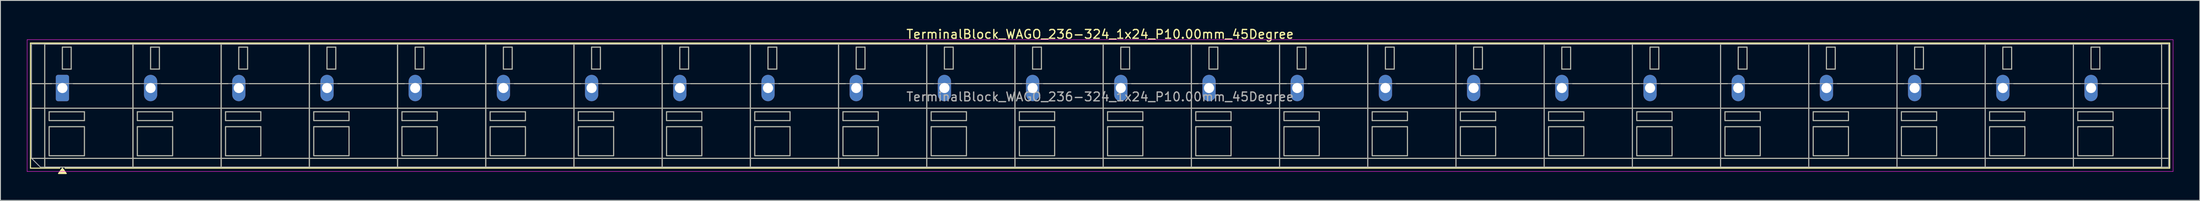
<source format=kicad_pcb>
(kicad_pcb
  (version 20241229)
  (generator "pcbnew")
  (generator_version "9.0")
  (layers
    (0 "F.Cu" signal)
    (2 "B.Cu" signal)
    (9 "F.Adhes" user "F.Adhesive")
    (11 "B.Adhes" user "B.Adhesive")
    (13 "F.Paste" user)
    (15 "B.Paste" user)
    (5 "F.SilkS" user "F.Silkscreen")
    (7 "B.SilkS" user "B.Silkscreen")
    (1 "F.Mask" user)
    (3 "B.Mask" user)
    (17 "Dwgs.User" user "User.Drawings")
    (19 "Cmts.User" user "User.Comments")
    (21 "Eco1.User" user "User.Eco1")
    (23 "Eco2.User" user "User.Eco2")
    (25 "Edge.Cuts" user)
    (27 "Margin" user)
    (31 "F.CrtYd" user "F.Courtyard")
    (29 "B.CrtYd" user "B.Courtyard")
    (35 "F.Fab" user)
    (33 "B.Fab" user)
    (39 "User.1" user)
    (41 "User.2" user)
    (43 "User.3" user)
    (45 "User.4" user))
  (footprint "TerminalBlock_WAGO_236-324_1x24_P10.00mm_45Degree"
    (layer "F.Cu")
    (at 4.025 6.968)
    (property "Reference" "TerminalBlock_WAGO_236-324_1x24_P10.00mm_45Degree" (at 117.65 -6.12 0) (layer "F.SilkS") (effects (font (size 1 1) (thickness 0.15))))
    (attr through_hole)
    (fp_line (start -3.62 -5.12) (end -3.62 9.12) (stroke (width 0.12) (type solid)) (layer "F.SilkS"))
    (fp_line (start -3.62 -5.12) (end 238.92 -5.12) (stroke (width 0.12) (type solid)) (layer "F.SilkS"))
    (fp_line (start -3.62 -0.5) (end -1.23 -0.5) (stroke (width 0.12) (type solid)) (layer "F.SilkS"))
    (fp_line (start -3.62 2.3) (end 238.92 2.3) (stroke (width 0.12) (type solid)) (layer "F.SilkS"))
    (fp_line (start -3.62 8) (end 238.92 8) (stroke (width 0.12) (type solid)) (layer "F.SilkS"))
    (fp_line (start -3.62 9.12) (end -0.3 9.12) (stroke (width 0.12) (type solid)) (layer "F.SilkS"))
    (fp_line (start -2 -5) (end -2 9) (stroke (width 0.12) (type solid)) (layer "F.SilkS"))
    (fp_line (start -2 -5) (end 8 -5) (stroke (width 0.12) (type solid)) (layer "F.SilkS"))
    (fp_line (start -2 9) (end 8 9) (stroke (width 0.12) (type solid)) (layer "F.SilkS"))
    (fp_line (start -1.5 2.7) (end -1.5 3.7) (stroke (width 0.12) (type solid)) (layer "F.SilkS"))
    (fp_line (start -1.5 2.7) (end 2.5 2.7) (stroke (width 0.12) (type solid)) (layer "F.SilkS"))
    (fp_line (start -1.5 3.7) (end 2.5 3.7) (stroke (width 0.12) (type solid)) (layer "F.SilkS"))
    (fp_line (start -1.5 4.4) (end -1.5 7.7) (stroke (width 0.12) (type solid)) (layer "F.SilkS"))
    (fp_line (start -1.5 4.4) (end 2.5 4.4) (stroke (width 0.12) (type solid)) (layer "F.SilkS"))
    (fp_line (start -1.5 7.7) (end 2.5 7.7) (stroke (width 0.12) (type solid)) (layer "F.SilkS"))
    (fp_line (start 0 -4.65) (end 0 -2.15) (stroke (width 0.12) (type solid)) (layer "F.SilkS"))
    (fp_line (start 0 -4.65) (end 1 -4.65) (stroke (width 0.12) (type solid)) (layer "F.SilkS"))
    (fp_line (start 0 -2.15) (end 1 -2.15) (stroke (width 0.12) (type solid)) (layer "F.SilkS"))
    (fp_line (start 0.3 9.12) (end 238.92 9.12) (stroke (width 0.12) (type solid)) (layer "F.SilkS"))
    (fp_line (start 1 -4.65) (end 1 -2.15) (stroke (width 0.12) (type solid)) (layer "F.SilkS"))
    (fp_line (start 1.23 -0.5) (end 8.77 -0.5) (stroke (width 0.12) (type solid)) (layer "F.SilkS"))
    (fp_line (start 2.5 2.7) (end 2.5 3.7) (stroke (width 0.12) (type solid)) (layer "F.SilkS"))
    (fp_line (start 2.5 4.4) (end 2.5 7.7) (stroke (width 0.12) (type solid)) (layer "F.SilkS"))
    (fp_line (start 8 -5) (end 8 9) (stroke (width 0.12) (type solid)) (layer "F.SilkS"))
    (fp_line (start 8 -5) (end 8 9) (stroke (width 0.12) (type solid)) (layer "F.SilkS"))
    (fp_line (start 8 -5) (end 18 -5) (stroke (width 0.12) (type solid)) (layer "F.SilkS"))
    (fp_line (start 8 9) (end 18 9) (stroke (width 0.12) (type solid)) (layer "F.SilkS"))
    (fp_line (start 8.5 2.7) (end 8.5 3.7) (stroke (width 0.12) (type solid)) (layer "F.SilkS"))
    (fp_line (start 8.5 2.7) (end 12.5 2.7) (stroke (width 0.12) (type solid)) (layer "F.SilkS"))
    (fp_line (start 8.5 3.7) (end 12.5 3.7) (stroke (width 0.12) (type solid)) (layer "F.SilkS"))
    (fp_line (start 8.5 4.4) (end 8.5 7.7) (stroke (width 0.12) (type solid)) (layer "F.SilkS"))
    (fp_line (start 8.5 4.4) (end 12.5 4.4) (stroke (width 0.12) (type solid)) (layer "F.SilkS"))
    (fp_line (start 8.5 7.7) (end 12.5 7.7) (stroke (width 0.12) (type solid)) (layer "F.SilkS"))
    (fp_line (start 10 -4.65) (end 10 -2.15) (stroke (width 0.12) (type solid)) (layer "F.SilkS"))
    (fp_line (start 10 -4.65) (end 11 -4.65) (stroke (width 0.12) (type solid)) (layer "F.SilkS"))
    (fp_line (start 10 -2.15) (end 11 -2.15) (stroke (width 0.12) (type solid)) (layer "F.SilkS"))
    (fp_line (start 11 -4.65) (end 11 -2.15) (stroke (width 0.12) (type solid)) (layer "F.SilkS"))
    (fp_line (start 11.23 -0.5) (end 18.77 -0.5) (stroke (width 0.12) (type solid)) (layer "F.SilkS"))
    (fp_line (start 12.5 2.7) (end 12.5 3.7) (stroke (width 0.12) (type solid)) (layer "F.SilkS"))
    (fp_line (start 12.5 4.4) (end 12.5 7.7) (stroke (width 0.12) (type solid)) (layer "F.SilkS"))
    (fp_line (start 18 -5) (end 18 9) (stroke (width 0.12) (type solid)) (layer "F.SilkS"))
    (fp_line (start 18 -5) (end 18 9) (stroke (width 0.12) (type solid)) (layer "F.SilkS"))
    (fp_line (start 18 -5) (end 28 -5) (stroke (width 0.12) (type solid)) (layer "F.SilkS"))
    (fp_line (start 18 9) (end 28 9) (stroke (width 0.12) (type solid)) (layer "F.SilkS"))
    (fp_line (start 18.5 2.7) (end 18.5 3.7) (stroke (width 0.12) (type solid)) (layer "F.SilkS"))
    (fp_line (start 18.5 2.7) (end 22.5 2.7) (stroke (width 0.12) (type solid)) (layer "F.SilkS"))
    (fp_line (start 18.5 3.7) (end 22.5 3.7) (stroke (width 0.12) (type solid)) (layer "F.SilkS"))
    (fp_line (start 18.5 4.4) (end 18.5 7.7) (stroke (width 0.12) (type solid)) (layer "F.SilkS"))
    (fp_line (start 18.5 4.4) (end 22.5 4.4) (stroke (width 0.12) (type solid)) (layer "F.SilkS"))
    (fp_line (start 18.5 7.7) (end 22.5 7.7) (stroke (width 0.12) (type solid)) (layer "F.SilkS"))
    (fp_line (start 20 -4.65) (end 20 -2.15) (stroke (width 0.12) (type solid)) (layer "F.SilkS"))
    (fp_line (start 20 -4.65) (end 21 -4.65) (stroke (width 0.12) (type solid)) (layer "F.SilkS"))
    (fp_line (start 20 -2.15) (end 21 -2.15) (stroke (width 0.12) (type solid)) (layer "F.SilkS"))
    (fp_line (start 21 -4.65) (end 21 -2.15) (stroke (width 0.12) (type solid)) (layer "F.SilkS"))
    (fp_line (start 21.23 -0.5) (end 28.77 -0.5) (stroke (width 0.12) (type solid)) (layer "F.SilkS"))
    (fp_line (start 22.5 2.7) (end 22.5 3.7) (stroke (width 0.12) (type solid)) (layer "F.SilkS"))
    (fp_line (start 22.5 4.4) (end 22.5 7.7) (stroke (width 0.12) (type solid)) (layer "F.SilkS"))
    (fp_line (start 28 -5) (end 28 9) (stroke (width 0.12) (type solid)) (layer "F.SilkS"))
    (fp_line (start 28 -5) (end 28 9) (stroke (width 0.12) (type solid)) (layer "F.SilkS"))
    (fp_line (start 28 -5) (end 38 -5) (stroke (width 0.12) (type solid)) (layer "F.SilkS"))
    (fp_line (start 28 9) (end 38 9) (stroke (width 0.12) (type solid)) (layer "F.SilkS"))
    (fp_line (start 28.5 2.7) (end 28.5 3.7) (stroke (width 0.12) (type solid)) (layer "F.SilkS"))
    (fp_line (start 28.5 2.7) (end 32.5 2.7) (stroke (width 0.12) (type solid)) (layer "F.SilkS"))
    (fp_line (start 28.5 3.7) (end 32.5 3.7) (stroke (width 0.12) (type solid)) (layer "F.SilkS"))
    (fp_line (start 28.5 4.4) (end 28.5 7.7) (stroke (width 0.12) (type solid)) (layer "F.SilkS"))
    (fp_line (start 28.5 4.4) (end 32.5 4.4) (stroke (width 0.12) (type solid)) (layer "F.SilkS"))
    (fp_line (start 28.5 7.7) (end 32.5 7.7) (stroke (width 0.12) (type solid)) (layer "F.SilkS"))
    (fp_line (start 30 -4.65) (end 30 -2.15) (stroke (width 0.12) (type solid)) (layer "F.SilkS"))
    (fp_line (start 30 -4.65) (end 31 -4.65) (stroke (width 0.12) (type solid)) (layer "F.SilkS"))
    (fp_line (start 30 -2.15) (end 31 -2.15) (stroke (width 0.12) (type solid)) (layer "F.SilkS"))
    (fp_line (start 31 -4.65) (end 31 -2.15) (stroke (width 0.12) (type solid)) (layer "F.SilkS"))
    (fp_line (start 31.23 -0.5) (end 38.77 -0.5) (stroke (width 0.12) (type solid)) (layer "F.SilkS"))
    (fp_line (start 32.5 2.7) (end 32.5 3.7) (stroke (width 0.12) (type solid)) (layer "F.SilkS"))
    (fp_line (start 32.5 4.4) (end 32.5 7.7) (stroke (width 0.12) (type solid)) (layer "F.SilkS"))
    (fp_line (start 38 -5) (end 38 9) (stroke (width 0.12) (type solid)) (layer "F.SilkS"))
    (fp_line (start 38 -5) (end 38 9) (stroke (width 0.12) (type solid)) (layer "F.SilkS"))
    (fp_line (start 38 -5) (end 48 -5) (stroke (width 0.12) (type solid)) (layer "F.SilkS"))
    (fp_line (start 38 9) (end 48 9) (stroke (width 0.12) (type solid)) (layer "F.SilkS"))
    (fp_line (start 38.5 2.7) (end 38.5 3.7) (stroke (width 0.12) (type solid)) (layer "F.SilkS"))
    (fp_line (start 38.5 2.7) (end 42.5 2.7) (stroke (width 0.12) (type solid)) (layer "F.SilkS"))
    (fp_line (start 38.5 3.7) (end 42.5 3.7) (stroke (width 0.12) (type solid)) (layer "F.SilkS"))
    (fp_line (start 38.5 4.4) (end 38.5 7.7) (stroke (width 0.12) (type solid)) (layer "F.SilkS"))
    (fp_line (start 38.5 4.4) (end 42.5 4.4) (stroke (width 0.12) (type solid)) (layer "F.SilkS"))
    (fp_line (start 38.5 7.7) (end 42.5 7.7) (stroke (width 0.12) (type solid)) (layer "F.SilkS"))
    (fp_line (start 40 -4.65) (end 40 -2.15) (stroke (width 0.12) (type solid)) (layer "F.SilkS"))
    (fp_line (start 40 -4.65) (end 41 -4.65) (stroke (width 0.12) (type solid)) (layer "F.SilkS"))
    (fp_line (start 40 -2.15) (end 41 -2.15) (stroke (width 0.12) (type solid)) (layer "F.SilkS"))
    (fp_line (start 41 -4.65) (end 41 -2.15) (stroke (width 0.12) (type solid)) (layer "F.SilkS"))
    (fp_line (start 41.23 -0.5) (end 48.77 -0.5) (stroke (width 0.12) (type solid)) (layer "F.SilkS"))
    (fp_line (start 42.5 2.7) (end 42.5 3.7) (stroke (width 0.12) (type solid)) (layer "F.SilkS"))
    (fp_line (start 42.5 4.4) (end 42.5 7.7) (stroke (width 0.12) (type solid)) (layer "F.SilkS"))
    (fp_line (start 48 -5) (end 48 9) (stroke (width 0.12) (type solid)) (layer "F.SilkS"))
    (fp_line (start 48 -5) (end 48 9) (stroke (width 0.12) (type solid)) (layer "F.SilkS"))
    (fp_line (start 48 -5) (end 58 -5) (stroke (width 0.12) (type solid)) (layer "F.SilkS"))
    (fp_line (start 48 9) (end 58 9) (stroke (width 0.12) (type solid)) (layer "F.SilkS"))
    (fp_line (start 48.5 2.7) (end 48.5 3.7) (stroke (width 0.12) (type solid)) (layer "F.SilkS"))
    (fp_line (start 48.5 2.7) (end 52.5 2.7) (stroke (width 0.12) (type solid)) (layer "F.SilkS"))
    (fp_line (start 48.5 3.7) (end 52.5 3.7) (stroke (width 0.12) (type solid)) (layer "F.SilkS"))
    (fp_line (start 48.5 4.4) (end 48.5 7.7) (stroke (width 0.12) (type solid)) (layer "F.SilkS"))
    (fp_line (start 48.5 4.4) (end 52.5 4.4) (stroke (width 0.12) (type solid)) (layer "F.SilkS"))
    (fp_line (start 48.5 7.7) (end 52.5 7.7) (stroke (width 0.12) (type solid)) (layer "F.SilkS"))
    (fp_line (start 50 -4.65) (end 50 -2.15) (stroke (width 0.12) (type solid)) (layer "F.SilkS"))
    (fp_line (start 50 -4.65) (end 51 -4.65) (stroke (width 0.12) (type solid)) (layer "F.SilkS"))
    (fp_line (start 50 -2.15) (end 51 -2.15) (stroke (width 0.12) (type solid)) (layer "F.SilkS"))
    (fp_line (start 51 -4.65) (end 51 -2.15) (stroke (width 0.12) (type solid)) (layer "F.SilkS"))
    (fp_line (start 51.23 -0.5) (end 58.77 -0.5) (stroke (width 0.12) (type solid)) (layer "F.SilkS"))
    (fp_line (start 52.5 2.7) (end 52.5 3.7) (stroke (width 0.12) (type solid)) (layer "F.SilkS"))
    (fp_line (start 52.5 4.4) (end 52.5 7.7) (stroke (width 0.12) (type solid)) (layer "F.SilkS"))
    (fp_line (start 58 -5) (end 58 9) (stroke (width 0.12) (type solid)) (layer "F.SilkS"))
    (fp_line (start 58 -5) (end 58 9) (stroke (width 0.12) (type solid)) (layer "F.SilkS"))
    (fp_line (start 58 -5) (end 68 -5) (stroke (width 0.12) (type solid)) (layer "F.SilkS"))
    (fp_line (start 58 9) (end 68 9) (stroke (width 0.12) (type solid)) (layer "F.SilkS"))
    (fp_line (start 58.5 2.7) (end 58.5 3.7) (stroke (width 0.12) (type solid)) (layer "F.SilkS"))
    (fp_line (start 58.5 2.7) (end 62.5 2.7) (stroke (width 0.12) (type solid)) (layer "F.SilkS"))
    (fp_line (start 58.5 3.7) (end 62.5 3.7) (stroke (width 0.12) (type solid)) (layer "F.SilkS"))
    (fp_line (start 58.5 4.4) (end 58.5 7.7) (stroke (width 0.12) (type solid)) (layer "F.SilkS"))
    (fp_line (start 58.5 4.4) (end 62.5 4.4) (stroke (width 0.12) (type solid)) (layer "F.SilkS"))
    (fp_line (start 58.5 7.7) (end 62.5 7.7) (stroke (width 0.12) (type solid)) (layer "F.SilkS"))
    (fp_line (start 60 -4.65) (end 60 -2.15) (stroke (width 0.12) (type solid)) (layer "F.SilkS"))
    (fp_line (start 60 -4.65) (end 61 -4.65) (stroke (width 0.12) (type solid)) (layer "F.SilkS"))
    (fp_line (start 60 -2.15) (end 61 -2.15) (stroke (width 0.12) (type solid)) (layer "F.SilkS"))
    (fp_line (start 61 -4.65) (end 61 -2.15) (stroke (width 0.12) (type solid)) (layer "F.SilkS"))
    (fp_line (start 61.23 -0.5) (end 68.77 -0.5) (stroke (width 0.12) (type solid)) (layer "F.SilkS"))
    (fp_line (start 62.5 2.7) (end 62.5 3.7) (stroke (width 0.12) (type solid)) (layer "F.SilkS"))
    (fp_line (start 62.5 4.4) (end 62.5 7.7) (stroke (width 0.12) (type solid)) (layer "F.SilkS"))
    (fp_line (start 68 -5) (end 68 9) (stroke (width 0.12) (type solid)) (layer "F.SilkS"))
    (fp_line (start 68 -5) (end 68 9) (stroke (width 0.12) (type solid)) (layer "F.SilkS"))
    (fp_line (start 68 -5) (end 78 -5) (stroke (width 0.12) (type solid)) (layer "F.SilkS"))
    (fp_line (start 68 9) (end 78 9) (stroke (width 0.12) (type solid)) (layer "F.SilkS"))
    (fp_line (start 68.5 2.7) (end 68.5 3.7) (stroke (width 0.12) (type solid)) (layer "F.SilkS"))
    (fp_line (start 68.5 2.7) (end 72.5 2.7) (stroke (width 0.12) (type solid)) (layer "F.SilkS"))
    (fp_line (start 68.5 3.7) (end 72.5 3.7) (stroke (width 0.12) (type solid)) (layer "F.SilkS"))
    (fp_line (start 68.5 4.4) (end 68.5 7.7) (stroke (width 0.12) (type solid)) (layer "F.SilkS"))
    (fp_line (start 68.5 4.4) (end 72.5 4.4) (stroke (width 0.12) (type solid)) (layer "F.SilkS"))
    (fp_line (start 68.5 7.7) (end 72.5 7.7) (stroke (width 0.12) (type solid)) (layer "F.SilkS"))
    (fp_line (start 70 -4.65) (end 70 -2.15) (stroke (width 0.12) (type solid)) (layer "F.SilkS"))
    (fp_line (start 70 -4.65) (end 71 -4.65) (stroke (width 0.12) (type solid)) (layer "F.SilkS"))
    (fp_line (start 70 -2.15) (end 71 -2.15) (stroke (width 0.12) (type solid)) (layer "F.SilkS"))
    (fp_line (start 71 -4.65) (end 71 -2.15) (stroke (width 0.12) (type solid)) (layer "F.SilkS"))
    (fp_line (start 71.23 -0.5) (end 78.77 -0.5) (stroke (width 0.12) (type solid)) (layer "F.SilkS"))
    (fp_line (start 72.5 2.7) (end 72.5 3.7) (stroke (width 0.12) (type solid)) (layer "F.SilkS"))
    (fp_line (start 72.5 4.4) (end 72.5 7.7) (stroke (width 0.12) (type solid)) (layer "F.SilkS"))
    (fp_line (start 78 -5) (end 78 9) (stroke (width 0.12) (type solid)) (layer "F.SilkS"))
    (fp_line (start 78 -5) (end 78 9) (stroke (width 0.12) (type solid)) (layer "F.SilkS"))
    (fp_line (start 78 -5) (end 88 -5) (stroke (width 0.12) (type solid)) (layer "F.SilkS"))
    (fp_line (start 78 9) (end 88 9) (stroke (width 0.12) (type solid)) (layer "F.SilkS"))
    (fp_line (start 78.5 2.7) (end 78.5 3.7) (stroke (width 0.12) (type solid)) (layer "F.SilkS"))
    (fp_line (start 78.5 2.7) (end 82.5 2.7) (stroke (width 0.12) (type solid)) (layer "F.SilkS"))
    (fp_line (start 78.5 3.7) (end 82.5 3.7) (stroke (width 0.12) (type solid)) (layer "F.SilkS"))
    (fp_line (start 78.5 4.4) (end 78.5 7.7) (stroke (width 0.12) (type solid)) (layer "F.SilkS"))
    (fp_line (start 78.5 4.4) (end 82.5 4.4) (stroke (width 0.12) (type solid)) (layer "F.SilkS"))
    (fp_line (start 78.5 7.7) (end 82.5 7.7) (stroke (width 0.12) (type solid)) (layer "F.SilkS"))
    (fp_line (start 80 -4.65) (end 80 -2.15) (stroke (width 0.12) (type solid)) (layer "F.SilkS"))
    (fp_line (start 80 -4.65) (end 81 -4.65) (stroke (width 0.12) (type solid)) (layer "F.SilkS"))
    (fp_line (start 80 -2.15) (end 81 -2.15) (stroke (width 0.12) (type solid)) (layer "F.SilkS"))
    (fp_line (start 81 -4.65) (end 81 -2.15) (stroke (width 0.12) (type solid)) (layer "F.SilkS"))
    (fp_line (start 81.23 -0.5) (end 88.77 -0.5) (stroke (width 0.12) (type solid)) (layer "F.SilkS"))
    (fp_line (start 82.5 2.7) (end 82.5 3.7) (stroke (width 0.12) (type solid)) (layer "F.SilkS"))
    (fp_line (start 82.5 4.4) (end 82.5 7.7) (stroke (width 0.12) (type solid)) (layer "F.SilkS"))
    (fp_line (start 88 -5) (end 88 9) (stroke (width 0.12) (type solid)) (layer "F.SilkS"))
    (fp_line (start 88 -5) (end 88 9) (stroke (width 0.12) (type solid)) (layer "F.SilkS"))
    (fp_line (start 88 -5) (end 98 -5) (stroke (width 0.12) (type solid)) (layer "F.SilkS"))
    (fp_line (start 88 9) (end 98 9) (stroke (width 0.12) (type solid)) (layer "F.SilkS"))
    (fp_line (start 88.5 2.7) (end 88.5 3.7) (stroke (width 0.12) (type solid)) (layer "F.SilkS"))
    (fp_line (start 88.5 2.7) (end 92.5 2.7) (stroke (width 0.12) (type solid)) (layer "F.SilkS"))
    (fp_line (start 88.5 3.7) (end 92.5 3.7) (stroke (width 0.12) (type solid)) (layer "F.SilkS"))
    (fp_line (start 88.5 4.4) (end 88.5 7.7) (stroke (width 0.12) (type solid)) (layer "F.SilkS"))
    (fp_line (start 88.5 4.4) (end 92.5 4.4) (stroke (width 0.12) (type solid)) (layer "F.SilkS"))
    (fp_line (start 88.5 7.7) (end 92.5 7.7) (stroke (width 0.12) (type solid)) (layer "F.SilkS"))
    (fp_line (start 90 -4.65) (end 90 -2.15) (stroke (width 0.12) (type solid)) (layer "F.SilkS"))
    (fp_line (start 90 -4.65) (end 91 -4.65) (stroke (width 0.12) (type solid)) (layer "F.SilkS"))
    (fp_line (start 90 -2.15) (end 91 -2.15) (stroke (width 0.12) (type solid)) (layer "F.SilkS"))
    (fp_line (start 91 -4.65) (end 91 -2.15) (stroke (width 0.12) (type solid)) (layer "F.SilkS"))
    (fp_line (start 91.23 -0.5) (end 98.77 -0.5) (stroke (width 0.12) (type solid)) (layer "F.SilkS"))
    (fp_line (start 92.5 2.7) (end 92.5 3.7) (stroke (width 0.12) (type solid)) (layer "F.SilkS"))
    (fp_line (start 92.5 4.4) (end 92.5 7.7) (stroke (width 0.12) (type solid)) (layer "F.SilkS"))
    (fp_line (start 98 -5) (end 98 9) (stroke (width 0.12) (type solid)) (layer "F.SilkS"))
    (fp_line (start 98 -5) (end 98 9) (stroke (width 0.12) (type solid)) (layer "F.SilkS"))
    (fp_line (start 98 -5) (end 108 -5) (stroke (width 0.12) (type solid)) (layer "F.SilkS"))
    (fp_line (start 98 9) (end 108 9) (stroke (width 0.12) (type solid)) (layer "F.SilkS"))
    (fp_line (start 98.5 2.7) (end 98.5 3.7) (stroke (width 0.12) (type solid)) (layer "F.SilkS"))
    (fp_line (start 98.5 2.7) (end 102.5 2.7) (stroke (width 0.12) (type solid)) (layer "F.SilkS"))
    (fp_line (start 98.5 3.7) (end 102.5 3.7) (stroke (width 0.12) (type solid)) (layer "F.SilkS"))
    (fp_line (start 98.5 4.4) (end 98.5 7.7) (stroke (width 0.12) (type solid)) (layer "F.SilkS"))
    (fp_line (start 98.5 4.4) (end 102.5 4.4) (stroke (width 0.12) (type solid)) (layer "F.SilkS"))
    (fp_line (start 98.5 7.7) (end 102.5 7.7) (stroke (width 0.12) (type solid)) (layer "F.SilkS"))
    (fp_line (start 100 -4.65) (end 100 -2.15) (stroke (width 0.12) (type solid)) (layer "F.SilkS"))
    (fp_line (start 100 -4.65) (end 101 -4.65) (stroke (width 0.12) (type solid)) (layer "F.SilkS"))
    (fp_line (start 100 -2.15) (end 101 -2.15) (stroke (width 0.12) (type solid)) (layer "F.SilkS"))
    (fp_line (start 101 -4.65) (end 101 -2.15) (stroke (width 0.12) (type solid)) (layer "F.SilkS"))
    (fp_line (start 101.23 -0.5) (end 108.77 -0.5) (stroke (width 0.12) (type solid)) (layer "F.SilkS"))
    (fp_line (start 102.5 2.7) (end 102.5 3.7) (stroke (width 0.12) (type solid)) (layer "F.SilkS"))
    (fp_line (start 102.5 4.4) (end 102.5 7.7) (stroke (width 0.12) (type solid)) (layer "F.SilkS"))
    (fp_line (start 108 -5) (end 108 9) (stroke (width 0.12) (type solid)) (layer "F.SilkS"))
    (fp_line (start 108 -5) (end 108 9) (stroke (width 0.12) (type solid)) (layer "F.SilkS"))
    (fp_line (start 108 -5) (end 118 -5) (stroke (width 0.12) (type solid)) (layer "F.SilkS"))
    (fp_line (start 108 9) (end 118 9) (stroke (width 0.12) (type solid)) (layer "F.SilkS"))
    (fp_line (start 108.5 2.7) (end 108.5 3.7) (stroke (width 0.12) (type solid)) (layer "F.SilkS"))
    (fp_line (start 108.5 2.7) (end 112.5 2.7) (stroke (width 0.12) (type solid)) (layer "F.SilkS"))
    (fp_line (start 108.5 3.7) (end 112.5 3.7) (stroke (width 0.12) (type solid)) (layer "F.SilkS"))
    (fp_line (start 108.5 4.4) (end 108.5 7.7) (stroke (width 0.12) (type solid)) (layer "F.SilkS"))
    (fp_line (start 108.5 4.4) (end 112.5 4.4) (stroke (width 0.12) (type solid)) (layer "F.SilkS"))
    (fp_line (start 108.5 7.7) (end 112.5 7.7) (stroke (width 0.12) (type solid)) (layer "F.SilkS"))
    (fp_line (start 110 -4.65) (end 110 -2.15) (stroke (width 0.12) (type solid)) (layer "F.SilkS"))
    (fp_line (start 110 -4.65) (end 111 -4.65) (stroke (width 0.12) (type solid)) (layer "F.SilkS"))
    (fp_line (start 110 -2.15) (end 111 -2.15) (stroke (width 0.12) (type solid)) (layer "F.SilkS"))
    (fp_line (start 111 -4.65) (end 111 -2.15) (stroke (width 0.12) (type solid)) (layer "F.SilkS"))
    (fp_line (start 111.23 -0.5) (end 118.77 -0.5) (stroke (width 0.12) (type solid)) (layer "F.SilkS"))
    (fp_line (start 112.5 2.7) (end 112.5 3.7) (stroke (width 0.12) (type solid)) (layer "F.SilkS"))
    (fp_line (start 112.5 4.4) (end 112.5 7.7) (stroke (width 0.12) (type solid)) (layer "F.SilkS"))
    (fp_line (start 118 -5) (end 118 9) (stroke (width 0.12) (type solid)) (layer "F.SilkS"))
    (fp_line (start 118 -5) (end 118 9) (stroke (width 0.12) (type solid)) (layer "F.SilkS"))
    (fp_line (start 118 -5) (end 128 -5) (stroke (width 0.12) (type solid)) (layer "F.SilkS"))
    (fp_line (start 118 9) (end 128 9) (stroke (width 0.12) (type solid)) (layer "F.SilkS"))
    (fp_line (start 118.5 2.7) (end 118.5 3.7) (stroke (width 0.12) (type solid)) (layer "F.SilkS"))
    (fp_line (start 118.5 2.7) (end 122.5 2.7) (stroke (width 0.12) (type solid)) (layer "F.SilkS"))
    (fp_line (start 118.5 3.7) (end 122.5 3.7) (stroke (width 0.12) (type solid)) (layer "F.SilkS"))
    (fp_line (start 118.5 4.4) (end 118.5 7.7) (stroke (width 0.12) (type solid)) (layer "F.SilkS"))
    (fp_line (start 118.5 4.4) (end 122.5 4.4) (stroke (width 0.12) (type solid)) (layer "F.SilkS"))
    (fp_line (start 118.5 7.7) (end 122.5 7.7) (stroke (width 0.12) (type solid)) (layer "F.SilkS"))
    (fp_line (start 120 -4.65) (end 120 -2.15) (stroke (width 0.12) (type solid)) (layer "F.SilkS"))
    (fp_line (start 120 -4.65) (end 121 -4.65) (stroke (width 0.12) (type solid)) (layer "F.SilkS"))
    (fp_line (start 120 -2.15) (end 121 -2.15) (stroke (width 0.12) (type solid)) (layer "F.SilkS"))
    (fp_line (start 121 -4.65) (end 121 -2.15) (stroke (width 0.12) (type solid)) (layer "F.SilkS"))
    (fp_line (start 121.23 -0.5) (end 128.77 -0.5) (stroke (width 0.12) (type solid)) (layer "F.SilkS"))
    (fp_line (start 122.5 2.7) (end 122.5 3.7) (stroke (width 0.12) (type solid)) (layer "F.SilkS"))
    (fp_line (start 122.5 4.4) (end 122.5 7.7) (stroke (width 0.12) (type solid)) (layer "F.SilkS"))
    (fp_line (start 128 -5) (end 128 9) (stroke (width 0.12) (type solid)) (layer "F.SilkS"))
    (fp_line (start 128 -5) (end 128 9) (stroke (width 0.12) (type solid)) (layer "F.SilkS"))
    (fp_line (start 128 -5) (end 138 -5) (stroke (width 0.12) (type solid)) (layer "F.SilkS"))
    (fp_line (start 128 9) (end 138 9) (stroke (width 0.12) (type solid)) (layer "F.SilkS"))
    (fp_line (start 128.5 2.7) (end 128.5 3.7) (stroke (width 0.12) (type solid)) (layer "F.SilkS"))
    (fp_line (start 128.5 2.7) (end 132.5 2.7) (stroke (width 0.12) (type solid)) (layer "F.SilkS"))
    (fp_line (start 128.5 3.7) (end 132.5 3.7) (stroke (width 0.12) (type solid)) (layer "F.SilkS"))
    (fp_line (start 128.5 4.4) (end 128.5 7.7) (stroke (width 0.12) (type solid)) (layer "F.SilkS"))
    (fp_line (start 128.5 4.4) (end 132.5 4.4) (stroke (width 0.12) (type solid)) (layer "F.SilkS"))
    (fp_line (start 128.5 7.7) (end 132.5 7.7) (stroke (width 0.12) (type solid)) (layer "F.SilkS"))
    (fp_line (start 130 -4.65) (end 130 -2.15) (stroke (width 0.12) (type solid)) (layer "F.SilkS"))
    (fp_line (start 130 -4.65) (end 131 -4.65) (stroke (width 0.12) (type solid)) (layer "F.SilkS"))
    (fp_line (start 130 -2.15) (end 131 -2.15) (stroke (width 0.12) (type solid)) (layer "F.SilkS"))
    (fp_line (start 131 -4.65) (end 131 -2.15) (stroke (width 0.12) (type solid)) (layer "F.SilkS"))
    (fp_line (start 131.23 -0.5) (end 138.77 -0.5) (stroke (width 0.12) (type solid)) (layer "F.SilkS"))
    (fp_line (start 132.5 2.7) (end 132.5 3.7) (stroke (width 0.12) (type solid)) (layer "F.SilkS"))
    (fp_line (start 132.5 4.4) (end 132.5 7.7) (stroke (width 0.12) (type solid)) (layer "F.SilkS"))
    (fp_line (start 138 -5) (end 138 9) (stroke (width 0.12) (type solid)) (layer "F.SilkS"))
    (fp_line (start 138 -5) (end 138 9) (stroke (width 0.12) (type solid)) (layer "F.SilkS"))
    (fp_line (start 138 -5) (end 148 -5) (stroke (width 0.12) (type solid)) (layer "F.SilkS"))
    (fp_line (start 138 9) (end 148 9) (stroke (width 0.12) (type solid)) (layer "F.SilkS"))
    (fp_line (start 138.5 2.7) (end 138.5 3.7) (stroke (width 0.12) (type solid)) (layer "F.SilkS"))
    (fp_line (start 138.5 2.7) (end 142.5 2.7) (stroke (width 0.12) (type solid)) (layer "F.SilkS"))
    (fp_line (start 138.5 3.7) (end 142.5 3.7) (stroke (width 0.12) (type solid)) (layer "F.SilkS"))
    (fp_line (start 138.5 4.4) (end 138.5 7.7) (stroke (width 0.12) (type solid)) (layer "F.SilkS"))
    (fp_line (start 138.5 4.4) (end 142.5 4.4) (stroke (width 0.12) (type solid)) (layer "F.SilkS"))
    (fp_line (start 138.5 7.7) (end 142.5 7.7) (stroke (width 0.12) (type solid)) (layer "F.SilkS"))
    (fp_line (start 140 -4.65) (end 140 -2.15) (stroke (width 0.12) (type solid)) (layer "F.SilkS"))
    (fp_line (start 140 -4.65) (end 141 -4.65) (stroke (width 0.12) (type solid)) (layer "F.SilkS"))
    (fp_line (start 140 -2.15) (end 141 -2.15) (stroke (width 0.12) (type solid)) (layer "F.SilkS"))
    (fp_line (start 141 -4.65) (end 141 -2.15) (stroke (width 0.12) (type solid)) (layer "F.SilkS"))
    (fp_line (start 141.23 -0.5) (end 148.77 -0.5) (stroke (width 0.12) (type solid)) (layer "F.SilkS"))
    (fp_line (start 142.5 2.7) (end 142.5 3.7) (stroke (width 0.12) (type solid)) (layer "F.SilkS"))
    (fp_line (start 142.5 4.4) (end 142.5 7.7) (stroke (width 0.12) (type solid)) (layer "F.SilkS"))
    (fp_line (start 148 -5) (end 148 9) (stroke (width 0.12) (type solid)) (layer "F.SilkS"))
    (fp_line (start 148 -5) (end 148 9) (stroke (width 0.12) (type solid)) (layer "F.SilkS"))
    (fp_line (start 148 -5) (end 158 -5) (stroke (width 0.12) (type solid)) (layer "F.SilkS"))
    (fp_line (start 148 9) (end 158 9) (stroke (width 0.12) (type solid)) (layer "F.SilkS"))
    (fp_line (start 148.5 2.7) (end 148.5 3.7) (stroke (width 0.12) (type solid)) (layer "F.SilkS"))
    (fp_line (start 148.5 2.7) (end 152.5 2.7) (stroke (width 0.12) (type solid)) (layer "F.SilkS"))
    (fp_line (start 148.5 3.7) (end 152.5 3.7) (stroke (width 0.12) (type solid)) (layer "F.SilkS"))
    (fp_line (start 148.5 4.4) (end 148.5 7.7) (stroke (width 0.12) (type solid)) (layer "F.SilkS"))
    (fp_line (start 148.5 4.4) (end 152.5 4.4) (stroke (width 0.12) (type solid)) (layer "F.SilkS"))
    (fp_line (start 148.5 7.7) (end 152.5 7.7) (stroke (width 0.12) (type solid)) (layer "F.SilkS"))
    (fp_line (start 150 -4.65) (end 150 -2.15) (stroke (width 0.12) (type solid)) (layer "F.SilkS"))
    (fp_line (start 150 -4.65) (end 151 -4.65) (stroke (width 0.12) (type solid)) (layer "F.SilkS"))
    (fp_line (start 150 -2.15) (end 151 -2.15) (stroke (width 0.12) (type solid)) (layer "F.SilkS"))
    (fp_line (start 151 -4.65) (end 151 -2.15) (stroke (width 0.12) (type solid)) (layer "F.SilkS"))
    (fp_line (start 151.23 -0.5) (end 158.77 -0.5) (stroke (width 0.12) (type solid)) (layer "F.SilkS"))
    (fp_line (start 152.5 2.7) (end 152.5 3.7) (stroke (width 0.12) (type solid)) (layer "F.SilkS"))
    (fp_line (start 152.5 4.4) (end 152.5 7.7) (stroke (width 0.12) (type solid)) (layer "F.SilkS"))
    (fp_line (start 158 -5) (end 158 9) (stroke (width 0.12) (type solid)) (layer "F.SilkS"))
    (fp_line (start 158 -5) (end 158 9) (stroke (width 0.12) (type solid)) (layer "F.SilkS"))
    (fp_line (start 158 -5) (end 168 -5) (stroke (width 0.12) (type solid)) (layer "F.SilkS"))
    (fp_line (start 158 9) (end 168 9) (stroke (width 0.12) (type solid)) (layer "F.SilkS"))
    (fp_line (start 158.5 2.7) (end 158.5 3.7) (stroke (width 0.12) (type solid)) (layer "F.SilkS"))
    (fp_line (start 158.5 2.7) (end 162.5 2.7) (stroke (width 0.12) (type solid)) (layer "F.SilkS"))
    (fp_line (start 158.5 3.7) (end 162.5 3.7) (stroke (width 0.12) (type solid)) (layer "F.SilkS"))
    (fp_line (start 158.5 4.4) (end 158.5 7.7) (stroke (width 0.12) (type solid)) (layer "F.SilkS"))
    (fp_line (start 158.5 4.4) (end 162.5 4.4) (stroke (width 0.12) (type solid)) (layer "F.SilkS"))
    (fp_line (start 158.5 7.7) (end 162.5 7.7) (stroke (width 0.12) (type solid)) (layer "F.SilkS"))
    (fp_line (start 160 -4.65) (end 160 -2.15) (stroke (width 0.12) (type solid)) (layer "F.SilkS"))
    (fp_line (start 160 -4.65) (end 161 -4.65) (stroke (width 0.12) (type solid)) (layer "F.SilkS"))
    (fp_line (start 160 -2.15) (end 161 -2.15) (stroke (width 0.12) (type solid)) (layer "F.SilkS"))
    (fp_line (start 161 -4.65) (end 161 -2.15) (stroke (width 0.12) (type solid)) (layer "F.SilkS"))
    (fp_line (start 161.23 -0.5) (end 168.77 -0.5) (stroke (width 0.12) (type solid)) (layer "F.SilkS"))
    (fp_line (start 162.5 2.7) (end 162.5 3.7) (stroke (width 0.12) (type solid)) (layer "F.SilkS"))
    (fp_line (start 162.5 4.4) (end 162.5 7.7) (stroke (width 0.12) (type solid)) (layer "F.SilkS"))
    (fp_line (start 168 -5) (end 168 9) (stroke (width 0.12) (type solid)) (layer "F.SilkS"))
    (fp_line (start 168 -5) (end 168 9) (stroke (width 0.12) (type solid)) (layer "F.SilkS"))
    (fp_line (start 168 -5) (end 178 -5) (stroke (width 0.12) (type solid)) (layer "F.SilkS"))
    (fp_line (start 168 9) (end 178 9) (stroke (width 0.12) (type solid)) (layer "F.SilkS"))
    (fp_line (start 168.5 2.7) (end 168.5 3.7) (stroke (width 0.12) (type solid)) (layer "F.SilkS"))
    (fp_line (start 168.5 2.7) (end 172.5 2.7) (stroke (width 0.12) (type solid)) (layer "F.SilkS"))
    (fp_line (start 168.5 3.7) (end 172.5 3.7) (stroke (width 0.12) (type solid)) (layer "F.SilkS"))
    (fp_line (start 168.5 4.4) (end 168.5 7.7) (stroke (width 0.12) (type solid)) (layer "F.SilkS"))
    (fp_line (start 168.5 4.4) (end 172.5 4.4) (stroke (width 0.12) (type solid)) (layer "F.SilkS"))
    (fp_line (start 168.5 7.7) (end 172.5 7.7) (stroke (width 0.12) (type solid)) (layer "F.SilkS"))
    (fp_line (start 170 -4.65) (end 170 -2.15) (stroke (width 0.12) (type solid)) (layer "F.SilkS"))
    (fp_line (start 170 -4.65) (end 171 -4.65) (stroke (width 0.12) (type solid)) (layer "F.SilkS"))
    (fp_line (start 170 -2.15) (end 171 -2.15) (stroke (width 0.12) (type solid)) (layer "F.SilkS"))
    (fp_line (start 171 -4.65) (end 171 -2.15) (stroke (width 0.12) (type solid)) (layer "F.SilkS"))
    (fp_line (start 171.23 -0.5) (end 178.77 -0.5) (stroke (width 0.12) (type solid)) (layer "F.SilkS"))
    (fp_line (start 172.5 2.7) (end 172.5 3.7) (stroke (width 0.12) (type solid)) (layer "F.SilkS"))
    (fp_line (start 172.5 4.4) (end 172.5 7.7) (stroke (width 0.12) (type solid)) (layer "F.SilkS"))
    (fp_line (start 178 -5) (end 178 9) (stroke (width 0.12) (type solid)) (layer "F.SilkS"))
    (fp_line (start 178 -5) (end 178 9) (stroke (width 0.12) (type solid)) (layer "F.SilkS"))
    (fp_line (start 178 -5) (end 188 -5) (stroke (width 0.12) (type solid)) (layer "F.SilkS"))
    (fp_line (start 178 9) (end 188 9) (stroke (width 0.12) (type solid)) (layer "F.SilkS"))
    (fp_line (start 178.5 2.7) (end 178.5 3.7) (stroke (width 0.12) (type solid)) (layer "F.SilkS"))
    (fp_line (start 178.5 2.7) (end 182.5 2.7) (stroke (width 0.12) (type solid)) (layer "F.SilkS"))
    (fp_line (start 178.5 3.7) (end 182.5 3.7) (stroke (width 0.12) (type solid)) (layer "F.SilkS"))
    (fp_line (start 178.5 4.4) (end 178.5 7.7) (stroke (width 0.12) (type solid)) (layer "F.SilkS"))
    (fp_line (start 178.5 4.4) (end 182.5 4.4) (stroke (width 0.12) (type solid)) (layer "F.SilkS"))
    (fp_line (start 178.5 7.7) (end 182.5 7.7) (stroke (width 0.12) (type solid)) (layer "F.SilkS"))
    (fp_line (start 180 -4.65) (end 180 -2.15) (stroke (width 0.12) (type solid)) (layer "F.SilkS"))
    (fp_line (start 180 -4.65) (end 181 -4.65) (stroke (width 0.12) (type solid)) (layer "F.SilkS"))
    (fp_line (start 180 -2.15) (end 181 -2.15) (stroke (width 0.12) (type solid)) (layer "F.SilkS"))
    (fp_line (start 181 -4.65) (end 181 -2.15) (stroke (width 0.12) (type solid)) (layer "F.SilkS"))
    (fp_line (start 181.23 -0.5) (end 188.77 -0.5) (stroke (width 0.12) (type solid)) (layer "F.SilkS"))
    (fp_line (start 182.5 2.7) (end 182.5 3.7) (stroke (width 0.12) (type solid)) (layer "F.SilkS"))
    (fp_line (start 182.5 4.4) (end 182.5 7.7) (stroke (width 0.12) (type solid)) (layer "F.SilkS"))
    (fp_line (start 188 -5) (end 188 9) (stroke (width 0.12) (type solid)) (layer "F.SilkS"))
    (fp_line (start 188 -5) (end 188 9) (stroke (width 0.12) (type solid)) (layer "F.SilkS"))
    (fp_line (start 188 -5) (end 198 -5) (stroke (width 0.12) (type solid)) (layer "F.SilkS"))
    (fp_line (start 188 9) (end 198 9) (stroke (width 0.12) (type solid)) (layer "F.SilkS"))
    (fp_line (start 188.5 2.7) (end 188.5 3.7) (stroke (width 0.12) (type solid)) (layer "F.SilkS"))
    (fp_line (start 188.5 2.7) (end 192.5 2.7) (stroke (width 0.12) (type solid)) (layer "F.SilkS"))
    (fp_line (start 188.5 3.7) (end 192.5 3.7) (stroke (width 0.12) (type solid)) (layer "F.SilkS"))
    (fp_line (start 188.5 4.4) (end 188.5 7.7) (stroke (width 0.12) (type solid)) (layer "F.SilkS"))
    (fp_line (start 188.5 4.4) (end 192.5 4.4) (stroke (width 0.12) (type solid)) (layer "F.SilkS"))
    (fp_line (start 188.5 7.7) (end 192.5 7.7) (stroke (width 0.12) (type solid)) (layer "F.SilkS"))
    (fp_line (start 190 -4.65) (end 190 -2.15) (stroke (width 0.12) (type solid)) (layer "F.SilkS"))
    (fp_line (start 190 -4.65) (end 191 -4.65) (stroke (width 0.12) (type solid)) (layer "F.SilkS"))
    (fp_line (start 190 -2.15) (end 191 -2.15) (stroke (width 0.12) (type solid)) (layer "F.SilkS"))
    (fp_line (start 191 -4.65) (end 191 -2.15) (stroke (width 0.12) (type solid)) (layer "F.SilkS"))
    (fp_line (start 191.23 -0.5) (end 198.77 -0.5) (stroke (width 0.12) (type solid)) (layer "F.SilkS"))
    (fp_line (start 192.5 2.7) (end 192.5 3.7) (stroke (width 0.12) (type solid)) (layer "F.SilkS"))
    (fp_line (start 192.5 4.4) (end 192.5 7.7) (stroke (width 0.12) (type solid)) (layer "F.SilkS"))
    (fp_line (start 198 -5) (end 198 9) (stroke (width 0.12) (type solid)) (layer "F.SilkS"))
    (fp_line (start 198 -5) (end 198 9) (stroke (width 0.12) (type solid)) (layer "F.SilkS"))
    (fp_line (start 198 -5) (end 208 -5) (stroke (width 0.12) (type solid)) (layer "F.SilkS"))
    (fp_line (start 198 9) (end 208 9) (stroke (width 0.12) (type solid)) (layer "F.SilkS"))
    (fp_line (start 198.5 2.7) (end 198.5 3.7) (stroke (width 0.12) (type solid)) (layer "F.SilkS"))
    (fp_line (start 198.5 2.7) (end 202.5 2.7) (stroke (width 0.12) (type solid)) (layer "F.SilkS"))
    (fp_line (start 198.5 3.7) (end 202.5 3.7) (stroke (width 0.12) (type solid)) (layer "F.SilkS"))
    (fp_line (start 198.5 4.4) (end 198.5 7.7) (stroke (width 0.12) (type solid)) (layer "F.SilkS"))
    (fp_line (start 198.5 4.4) (end 202.5 4.4) (stroke (width 0.12) (type solid)) (layer "F.SilkS"))
    (fp_line (start 198.5 7.7) (end 202.5 7.7) (stroke (width 0.12) (type solid)) (layer "F.SilkS"))
    (fp_line (start 200 -4.65) (end 200 -2.15) (stroke (width 0.12) (type solid)) (layer "F.SilkS"))
    (fp_line (start 200 -4.65) (end 201 -4.65) (stroke (width 0.12) (type solid)) (layer "F.SilkS"))
    (fp_line (start 200 -2.15) (end 201 -2.15) (stroke (width 0.12) (type solid)) (layer "F.SilkS"))
    (fp_line (start 201 -4.65) (end 201 -2.15) (stroke (width 0.12) (type solid)) (layer "F.SilkS"))
    (fp_line (start 201.23 -0.5) (end 208.77 -0.5) (stroke (width 0.12) (type solid)) (layer "F.SilkS"))
    (fp_line (start 202.5 2.7) (end 202.5 3.7) (stroke (width 0.12) (type solid)) (layer "F.SilkS"))
    (fp_line (start 202.5 4.4) (end 202.5 7.7) (stroke (width 0.12) (type solid)) (layer "F.SilkS"))
    (fp_line (start 208 -5) (end 208 9) (stroke (width 0.12) (type solid)) (layer "F.SilkS"))
    (fp_line (start 208 -5) (end 208 9) (stroke (width 0.12) (type solid)) (layer "F.SilkS"))
    (fp_line (start 208 -5) (end 218 -5) (stroke (width 0.12) (type solid)) (layer "F.SilkS"))
    (fp_line (start 208 9) (end 218 9) (stroke (width 0.12) (type solid)) (layer "F.SilkS"))
    (fp_line (start 208.5 2.7) (end 208.5 3.7) (stroke (width 0.12) (type solid)) (layer "F.SilkS"))
    (fp_line (start 208.5 2.7) (end 212.5 2.7) (stroke (width 0.12) (type solid)) (layer "F.SilkS"))
    (fp_line (start 208.5 3.7) (end 212.5 3.7) (stroke (width 0.12) (type solid)) (layer "F.SilkS"))
    (fp_line (start 208.5 4.4) (end 208.5 7.7) (stroke (width 0.12) (type solid)) (layer "F.SilkS"))
    (fp_line (start 208.5 4.4) (end 212.5 4.4) (stroke (width 0.12) (type solid)) (layer "F.SilkS"))
    (fp_line (start 208.5 7.7) (end 212.5 7.7) (stroke (width 0.12) (type solid)) (layer "F.SilkS"))
    (fp_line (start 210 -4.65) (end 210 -2.15) (stroke (width 0.12) (type solid)) (layer "F.SilkS"))
    (fp_line (start 210 -4.65) (end 211 -4.65) (stroke (width 0.12) (type solid)) (layer "F.SilkS"))
    (fp_line (start 210 -2.15) (end 211 -2.15) (stroke (width 0.12) (type solid)) (layer "F.SilkS"))
    (fp_line (start 211 -4.65) (end 211 -2.15) (stroke (width 0.12) (type solid)) (layer "F.SilkS"))
    (fp_line (start 211.23 -0.5) (end 218.77 -0.5) (stroke (width 0.12) (type solid)) (layer "F.SilkS"))
    (fp_line (start 212.5 2.7) (end 212.5 3.7) (stroke (width 0.12) (type solid)) (layer "F.SilkS"))
    (fp_line (start 212.5 4.4) (end 212.5 7.7) (stroke (width 0.12) (type solid)) (layer "F.SilkS"))
    (fp_line (start 218 -5) (end 218 9) (stroke (width 0.12) (type solid)) (layer "F.SilkS"))
    (fp_line (start 218 -5) (end 218 9) (stroke (width 0.12) (type solid)) (layer "F.SilkS"))
    (fp_line (start 218 -5) (end 228 -5) (stroke (width 0.12) (type solid)) (layer "F.SilkS"))
    (fp_line (start 218 9) (end 228 9) (stroke (width 0.12) (type solid)) (layer "F.SilkS"))
    (fp_line (start 218.5 2.7) (end 218.5 3.7) (stroke (width 0.12) (type solid)) (layer "F.SilkS"))
    (fp_line (start 218.5 2.7) (end 222.5 2.7) (stroke (width 0.12) (type solid)) (layer "F.SilkS"))
    (fp_line (start 218.5 3.7) (end 222.5 3.7) (stroke (width 0.12) (type solid)) (layer "F.SilkS"))
    (fp_line (start 218.5 4.4) (end 218.5 7.7) (stroke (width 0.12) (type solid)) (layer "F.SilkS"))
    (fp_line (start 218.5 4.4) (end 222.5 4.4) (stroke (width 0.12) (type solid)) (layer "F.SilkS"))
    (fp_line (start 218.5 7.7) (end 222.5 7.7) (stroke (width 0.12) (type solid)) (layer "F.SilkS"))
    (fp_line (start 220 -4.65) (end 220 -2.15) (stroke (width 0.12) (type solid)) (layer "F.SilkS"))
    (fp_line (start 220 -4.65) (end 221 -4.65) (stroke (width 0.12) (type solid)) (layer "F.SilkS"))
    (fp_line (start 220 -2.15) (end 221 -2.15) (stroke (width 0.12) (type solid)) (layer "F.SilkS"))
    (fp_line (start 221 -4.65) (end 221 -2.15) (stroke (width 0.12) (type solid)) (layer "F.SilkS"))
    (fp_line (start 221.23 -0.5) (end 228.77 -0.5) (stroke (width 0.12) (type solid)) (layer "F.SilkS"))
    (fp_line (start 222.5 2.7) (end 222.5 3.7) (stroke (width 0.12) (type solid)) (layer "F.SilkS"))
    (fp_line (start 222.5 4.4) (end 222.5 7.7) (stroke (width 0.12) (type solid)) (layer "F.SilkS"))
    (fp_line (start 228 -5) (end 228 9) (stroke (width 0.12) (type solid)) (layer "F.SilkS"))
    (fp_line (start 228 -5) (end 228 9) (stroke (width 0.12) (type solid)) (layer "F.SilkS"))
    (fp_line (start 228 -5) (end 238 -5) (stroke (width 0.12) (type solid)) (layer "F.SilkS"))
    (fp_line (start 228 9) (end 238 9) (stroke (width 0.12) (type solid)) (layer "F.SilkS"))
    (fp_line (start 228.5 2.7) (end 228.5 3.7) (stroke (width 0.12) (type solid)) (layer "F.SilkS"))
    (fp_line (start 228.5 2.7) (end 232.5 2.7) (stroke (width 0.12) (type solid)) (layer "F.SilkS"))
    (fp_line (start 228.5 3.7) (end 232.5 3.7) (stroke (width 0.12) (type solid)) (layer "F.SilkS"))
    (fp_line (start 228.5 4.4) (end 228.5 7.7) (stroke (width 0.12) (type solid)) (layer "F.SilkS"))
    (fp_line (start 228.5 4.4) (end 232.5 4.4) (stroke (width 0.12) (type solid)) (layer "F.SilkS"))
    (fp_line (start 228.5 7.7) (end 232.5 7.7) (stroke (width 0.12) (type solid)) (layer "F.SilkS"))
    (fp_line (start 230 -4.65) (end 230 -2.15) (stroke (width 0.12) (type solid)) (layer "F.SilkS"))
    (fp_line (start 230 -4.65) (end 231 -4.65) (stroke (width 0.12) (type solid)) (layer "F.SilkS"))
    (fp_line (start 230 -2.15) (end 231 -2.15) (stroke (width 0.12) (type solid)) (layer "F.SilkS"))
    (fp_line (start 231 -4.65) (end 231 -2.15) (stroke (width 0.12) (type solid)) (layer "F.SilkS"))
    (fp_line (start 231.23 -0.5) (end 238.92 -0.5) (stroke (width 0.12) (type solid)) (layer "F.SilkS"))
    (fp_line (start 232.5 2.7) (end 232.5 3.7) (stroke (width 0.12) (type solid)) (layer "F.SilkS"))
    (fp_line (start 232.5 4.4) (end 232.5 7.7) (stroke (width 0.12) (type solid)) (layer "F.SilkS"))
    (fp_line (start 238 -5) (end 238 9) (stroke (width 0.12) (type solid)) (layer "F.SilkS"))
    (fp_line (start 238.92 -5.12) (end 238.92 9.12) (stroke (width 0.12) (type solid)) (layer "F.SilkS"))
    (fp_poly (pts (xy 0 9.12) (xy 0.44 9.73) (xy -0.44 9.73)) (stroke (width 0.12) (type solid)) (fill yes) (layer "F.SilkS"))
    (fp_line (start -4 -5.5) (end -4 9.5) (stroke (width 0.05) (type solid)) (layer "F.CrtYd"))
    (fp_line (start -4 9.5) (end 239.3 9.5) (stroke (width 0.05) (type solid)) (layer "F.CrtYd"))
    (fp_line (start 239.3 -5.5) (end -4 -5.5) (stroke (width 0.05) (type solid)) (layer "F.CrtYd"))
    (fp_line (start 239.3 9.5) (end 239.3 -5.5) (stroke (width 0.05) (type solid)) (layer "F.CrtYd"))
    (fp_line (start -3.5 -5) (end 238.8 -5) (stroke (width 0.1) (type solid)) (layer "F.Fab"))
    (fp_line (start -3.5 -0.5) (end 238.8 -0.5) (stroke (width 0.1) (type solid)) (layer "F.Fab"))
    (fp_line (start -3.5 2.3) (end 238.8 2.3) (stroke (width 0.1) (type solid)) (layer "F.Fab"))
    (fp_line (start -3.5 8) (end -3.5 -5) (stroke (width 0.1) (type solid)) (layer "F.Fab"))
    (fp_line (start -3.5 8) (end 238.8 8) (stroke (width 0.1) (type solid)) (layer "F.Fab"))
    (fp_line (start -2.5 9) (end -3.5 8) (stroke (width 0.1) (type solid)) (layer "F.Fab"))
    (fp_line (start -2 -5) (end -2 9) (stroke (width 0.1) (type solid)) (layer "F.Fab"))
    (fp_line (start -2 9) (end 8 9) (stroke (width 0.1) (type solid)) (layer "F.Fab"))
    (fp_line (start -1.5 2.7) (end -1.5 3.7) (stroke (width 0.1) (type solid)) (layer "F.Fab"))
    (fp_line (start -1.5 3.7) (end 2.5 3.7) (stroke (width 0.1) (type solid)) (layer "F.Fab"))
    (fp_line (start -1.5 4.4) (end -1.5 7.7) (stroke (width 0.1) (type solid)) (layer "F.Fab"))
    (fp_line (start -1.5 7.7) (end 2.5 7.7) (stroke (width 0.1) (type solid)) (layer "F.Fab"))
    (fp_line (start 0 -4.65) (end 0 -2.15) (stroke (width 0.1) (type solid)) (layer "F.Fab"))
    (fp_line (start 0 -2.15) (end 1 -2.15) (stroke (width 0.1) (type solid)) (layer "F.Fab"))
    (fp_line (start 1 -4.65) (end 0 -4.65) (stroke (width 0.1) (type solid)) (layer "F.Fab"))
    (fp_line (start 1 -2.15) (end 1 -4.65) (stroke (width 0.1) (type solid)) (layer "F.Fab"))
    (fp_line (start 2.5 2.7) (end -1.5 2.7) (stroke (width 0.1) (type solid)) (layer "F.Fab"))
    (fp_line (start 2.5 3.7) (end 2.5 2.7) (stroke (width 0.1) (type solid)) (layer "F.Fab"))
    (fp_line (start 2.5 4.4) (end -1.5 4.4) (stroke (width 0.1) (type solid)) (layer "F.Fab"))
    (fp_line (start 2.5 7.7) (end 2.5 4.4) (stroke (width 0.1) (type solid)) (layer "F.Fab"))
    (fp_line (start 8 -5) (end -2 -5) (stroke (width 0.1) (type solid)) (layer "F.Fab"))
    (fp_line (start 8 -5) (end 8 9) (stroke (width 0.1) (type solid)) (layer "F.Fab"))
    (fp_line (start 8 9) (end 8 -5) (stroke (width 0.1) (type solid)) (layer "F.Fab"))
    (fp_line (start 8 9) (end 18 9) (stroke (width 0.1) (type solid)) (layer "F.Fab"))
    (fp_line (start 8.5 2.7) (end 8.5 3.7) (stroke (width 0.1) (type solid)) (layer "F.Fab"))
    (fp_line (start 8.5 3.7) (end 12.5 3.7) (stroke (width 0.1) (type solid)) (layer "F.Fab"))
    (fp_line (start 8.5 4.4) (end 8.5 7.7) (stroke (width 0.1) (type solid)) (layer "F.Fab"))
    (fp_line (start 8.5 7.7) (end 12.5 7.7) (stroke (width 0.1) (type solid)) (layer "F.Fab"))
    (fp_line (start 10 -4.65) (end 10 -2.15) (stroke (width 0.1) (type solid)) (layer "F.Fab"))
    (fp_line (start 10 -2.15) (end 11 -2.15) (stroke (width 0.1) (type solid)) (layer "F.Fab"))
    (fp_line (start 11 -4.65) (end 10 -4.65) (stroke (width 0.1) (type solid)) (layer "F.Fab"))
    (fp_line (start 11 -2.15) (end 11 -4.65) (stroke (width 0.1) (type solid)) (layer "F.Fab"))
    (fp_line (start 12.5 2.7) (end 8.5 2.7) (stroke (width 0.1) (type solid)) (layer "F.Fab"))
    (fp_line (start 12.5 3.7) (end 12.5 2.7) (stroke (width 0.1) (type solid)) (layer "F.Fab"))
    (fp_line (start 12.5 4.4) (end 8.5 4.4) (stroke (width 0.1) (type solid)) (layer "F.Fab"))
    (fp_line (start 12.5 7.7) (end 12.5 4.4) (stroke (width 0.1) (type solid)) (layer "F.Fab"))
    (fp_line (start 18 -5) (end 8 -5) (stroke (width 0.1) (type solid)) (layer "F.Fab"))
    (fp_line (start 18 -5) (end 18 9) (stroke (width 0.1) (type solid)) (layer "F.Fab"))
    (fp_line (start 18 9) (end 18 -5) (stroke (width 0.1) (type solid)) (layer "F.Fab"))
    (fp_line (start 18 9) (end 28 9) (stroke (width 0.1) (type solid)) (layer "F.Fab"))
    (fp_line (start 18.5 2.7) (end 18.5 3.7) (stroke (width 0.1) (type solid)) (layer "F.Fab"))
    (fp_line (start 18.5 3.7) (end 22.5 3.7) (stroke (width 0.1) (type solid)) (layer "F.Fab"))
    (fp_line (start 18.5 4.4) (end 18.5 7.7) (stroke (width 0.1) (type solid)) (layer "F.Fab"))
    (fp_line (start 18.5 7.7) (end 22.5 7.7) (stroke (width 0.1) (type solid)) (layer "F.Fab"))
    (fp_line (start 20 -4.65) (end 20 -2.15) (stroke (width 0.1) (type solid)) (layer "F.Fab"))
    (fp_line (start 20 -2.15) (end 21 -2.15) (stroke (width 0.1) (type solid)) (layer "F.Fab"))
    (fp_line (start 21 -4.65) (end 20 -4.65) (stroke (width 0.1) (type solid)) (layer "F.Fab"))
    (fp_line (start 21 -2.15) (end 21 -4.65) (stroke (width 0.1) (type solid)) (layer "F.Fab"))
    (fp_line (start 22.5 2.7) (end 18.5 2.7) (stroke (width 0.1) (type solid)) (layer "F.Fab"))
    (fp_line (start 22.5 3.7) (end 22.5 2.7) (stroke (width 0.1) (type solid)) (layer "F.Fab"))
    (fp_line (start 22.5 4.4) (end 18.5 4.4) (stroke (width 0.1) (type solid)) (layer "F.Fab"))
    (fp_line (start 22.5 7.7) (end 22.5 4.4) (stroke (width 0.1) (type solid)) (layer "F.Fab"))
    (fp_line (start 28 -5) (end 18 -5) (stroke (width 0.1) (type solid)) (layer "F.Fab"))
    (fp_line (start 28 -5) (end 28 9) (stroke (width 0.1) (type solid)) (layer "F.Fab"))
    (fp_line (start 28 9) (end 28 -5) (stroke (width 0.1) (type solid)) (layer "F.Fab"))
    (fp_line (start 28 9) (end 38 9) (stroke (width 0.1) (type solid)) (layer "F.Fab"))
    (fp_line (start 28.5 2.7) (end 28.5 3.7) (stroke (width 0.1) (type solid)) (layer "F.Fab"))
    (fp_line (start 28.5 3.7) (end 32.5 3.7) (stroke (width 0.1) (type solid)) (layer "F.Fab"))
    (fp_line (start 28.5 4.4) (end 28.5 7.7) (stroke (width 0.1) (type solid)) (layer "F.Fab"))
    (fp_line (start 28.5 7.7) (end 32.5 7.7) (stroke (width 0.1) (type solid)) (layer "F.Fab"))
    (fp_line (start 30 -4.65) (end 30 -2.15) (stroke (width 0.1) (type solid)) (layer "F.Fab"))
    (fp_line (start 30 -2.15) (end 31 -2.15) (stroke (width 0.1) (type solid)) (layer "F.Fab"))
    (fp_line (start 31 -4.65) (end 30 -4.65) (stroke (width 0.1) (type solid)) (layer "F.Fab"))
    (fp_line (start 31 -2.15) (end 31 -4.65) (stroke (width 0.1) (type solid)) (layer "F.Fab"))
    (fp_line (start 32.5 2.7) (end 28.5 2.7) (stroke (width 0.1) (type solid)) (layer "F.Fab"))
    (fp_line (start 32.5 3.7) (end 32.5 2.7) (stroke (width 0.1) (type solid)) (layer "F.Fab"))
    (fp_line (start 32.5 4.4) (end 28.5 4.4) (stroke (width 0.1) (type solid)) (layer "F.Fab"))
    (fp_line (start 32.5 7.7) (end 32.5 4.4) (stroke (width 0.1) (type solid)) (layer "F.Fab"))
    (fp_line (start 38 -5) (end 28 -5) (stroke (width 0.1) (type solid)) (layer "F.Fab"))
    (fp_line (start 38 -5) (end 38 9) (stroke (width 0.1) (type solid)) (layer "F.Fab"))
    (fp_line (start 38 9) (end 38 -5) (stroke (width 0.1) (type solid)) (layer "F.Fab"))
    (fp_line (start 38 9) (end 48 9) (stroke (width 0.1) (type solid)) (layer "F.Fab"))
    (fp_line (start 38.5 2.7) (end 38.5 3.7) (stroke (width 0.1) (type solid)) (layer "F.Fab"))
    (fp_line (start 38.5 3.7) (end 42.5 3.7) (stroke (width 0.1) (type solid)) (layer "F.Fab"))
    (fp_line (start 38.5 4.4) (end 38.5 7.7) (stroke (width 0.1) (type solid)) (layer "F.Fab"))
    (fp_line (start 38.5 7.7) (end 42.5 7.7) (stroke (width 0.1) (type solid)) (layer "F.Fab"))
    (fp_line (start 40 -4.65) (end 40 -2.15) (stroke (width 0.1) (type solid)) (layer "F.Fab"))
    (fp_line (start 40 -2.15) (end 41 -2.15) (stroke (width 0.1) (type solid)) (layer "F.Fab"))
    (fp_line (start 41 -4.65) (end 40 -4.65) (stroke (width 0.1) (type solid)) (layer "F.Fab"))
    (fp_line (start 41 -2.15) (end 41 -4.65) (stroke (width 0.1) (type solid)) (layer "F.Fab"))
    (fp_line (start 42.5 2.7) (end 38.5 2.7) (stroke (width 0.1) (type solid)) (layer "F.Fab"))
    (fp_line (start 42.5 3.7) (end 42.5 2.7) (stroke (width 0.1) (type solid)) (layer "F.Fab"))
    (fp_line (start 42.5 4.4) (end 38.5 4.4) (stroke (width 0.1) (type solid)) (layer "F.Fab"))
    (fp_line (start 42.5 7.7) (end 42.5 4.4) (stroke (width 0.1) (type solid)) (layer "F.Fab"))
    (fp_line (start 48 -5) (end 38 -5) (stroke (width 0.1) (type solid)) (layer "F.Fab"))
    (fp_line (start 48 -5) (end 48 9) (stroke (width 0.1) (type solid)) (layer "F.Fab"))
    (fp_line (start 48 9) (end 48 -5) (stroke (width 0.1) (type solid)) (layer "F.Fab"))
    (fp_line (start 48 9) (end 58 9) (stroke (width 0.1) (type solid)) (layer "F.Fab"))
    (fp_line (start 48.5 2.7) (end 48.5 3.7) (stroke (width 0.1) (type solid)) (layer "F.Fab"))
    (fp_line (start 48.5 3.7) (end 52.5 3.7) (stroke (width 0.1) (type solid)) (layer "F.Fab"))
    (fp_line (start 48.5 4.4) (end 48.5 7.7) (stroke (width 0.1) (type solid)) (layer "F.Fab"))
    (fp_line (start 48.5 7.7) (end 52.5 7.7) (stroke (width 0.1) (type solid)) (layer "F.Fab"))
    (fp_line (start 50 -4.65) (end 50 -2.15) (stroke (width 0.1) (type solid)) (layer "F.Fab"))
    (fp_line (start 50 -2.15) (end 51 -2.15) (stroke (width 0.1) (type solid)) (layer "F.Fab"))
    (fp_line (start 51 -4.65) (end 50 -4.65) (stroke (width 0.1) (type solid)) (layer "F.Fab"))
    (fp_line (start 51 -2.15) (end 51 -4.65) (stroke (width 0.1) (type solid)) (layer "F.Fab"))
    (fp_line (start 52.5 2.7) (end 48.5 2.7) (stroke (width 0.1) (type solid)) (layer "F.Fab"))
    (fp_line (start 52.5 3.7) (end 52.5 2.7) (stroke (width 0.1) (type solid)) (layer "F.Fab"))
    (fp_line (start 52.5 4.4) (end 48.5 4.4) (stroke (width 0.1) (type solid)) (layer "F.Fab"))
    (fp_line (start 52.5 7.7) (end 52.5 4.4) (stroke (width 0.1) (type solid)) (layer "F.Fab"))
    (fp_line (start 58 -5) (end 48 -5) (stroke (width 0.1) (type solid)) (layer "F.Fab"))
    (fp_line (start 58 -5) (end 58 9) (stroke (width 0.1) (type solid)) (layer "F.Fab"))
    (fp_line (start 58 9) (end 58 -5) (stroke (width 0.1) (type solid)) (layer "F.Fab"))
    (fp_line (start 58 9) (end 68 9) (stroke (width 0.1) (type solid)) (layer "F.Fab"))
    (fp_line (start 58.5 2.7) (end 58.5 3.7) (stroke (width 0.1) (type solid)) (layer "F.Fab"))
    (fp_line (start 58.5 3.7) (end 62.5 3.7) (stroke (width 0.1) (type solid)) (layer "F.Fab"))
    (fp_line (start 58.5 4.4) (end 58.5 7.7) (stroke (width 0.1) (type solid)) (layer "F.Fab"))
    (fp_line (start 58.5 7.7) (end 62.5 7.7) (stroke (width 0.1) (type solid)) (layer "F.Fab"))
    (fp_line (start 60 -4.65) (end 60 -2.15) (stroke (width 0.1) (type solid)) (layer "F.Fab"))
    (fp_line (start 60 -2.15) (end 61 -2.15) (stroke (width 0.1) (type solid)) (layer "F.Fab"))
    (fp_line (start 61 -4.65) (end 60 -4.65) (stroke (width 0.1) (type solid)) (layer "F.Fab"))
    (fp_line (start 61 -2.15) (end 61 -4.65) (stroke (width 0.1) (type solid)) (layer "F.Fab"))
    (fp_line (start 62.5 2.7) (end 58.5 2.7) (stroke (width 0.1) (type solid)) (layer "F.Fab"))
    (fp_line (start 62.5 3.7) (end 62.5 2.7) (stroke (width 0.1) (type solid)) (layer "F.Fab"))
    (fp_line (start 62.5 4.4) (end 58.5 4.4) (stroke (width 0.1) (type solid)) (layer "F.Fab"))
    (fp_line (start 62.5 7.7) (end 62.5 4.4) (stroke (width 0.1) (type solid)) (layer "F.Fab"))
    (fp_line (start 68 -5) (end 58 -5) (stroke (width 0.1) (type solid)) (layer "F.Fab"))
    (fp_line (start 68 -5) (end 68 9) (stroke (width 0.1) (type solid)) (layer "F.Fab"))
    (fp_line (start 68 9) (end 68 -5) (stroke (width 0.1) (type solid)) (layer "F.Fab"))
    (fp_line (start 68 9) (end 78 9) (stroke (width 0.1) (type solid)) (layer "F.Fab"))
    (fp_line (start 68.5 2.7) (end 68.5 3.7) (stroke (width 0.1) (type solid)) (layer "F.Fab"))
    (fp_line (start 68.5 3.7) (end 72.5 3.7) (stroke (width 0.1) (type solid)) (layer "F.Fab"))
    (fp_line (start 68.5 4.4) (end 68.5 7.7) (stroke (width 0.1) (type solid)) (layer "F.Fab"))
    (fp_line (start 68.5 7.7) (end 72.5 7.7) (stroke (width 0.1) (type solid)) (layer "F.Fab"))
    (fp_line (start 70 -4.65) (end 70 -2.15) (stroke (width 0.1) (type solid)) (layer "F.Fab"))
    (fp_line (start 70 -2.15) (end 71 -2.15) (stroke (width 0.1) (type solid)) (layer "F.Fab"))
    (fp_line (start 71 -4.65) (end 70 -4.65) (stroke (width 0.1) (type solid)) (layer "F.Fab"))
    (fp_line (start 71 -2.15) (end 71 -4.65) (stroke (width 0.1) (type solid)) (layer "F.Fab"))
    (fp_line (start 72.5 2.7) (end 68.5 2.7) (stroke (width 0.1) (type solid)) (layer "F.Fab"))
    (fp_line (start 72.5 3.7) (end 72.5 2.7) (stroke (width 0.1) (type solid)) (layer "F.Fab"))
    (fp_line (start 72.5 4.4) (end 68.5 4.4) (stroke (width 0.1) (type solid)) (layer "F.Fab"))
    (fp_line (start 72.5 7.7) (end 72.5 4.4) (stroke (width 0.1) (type solid)) (layer "F.Fab"))
    (fp_line (start 78 -5) (end 68 -5) (stroke (width 0.1) (type solid)) (layer "F.Fab"))
    (fp_line (start 78 -5) (end 78 9) (stroke (width 0.1) (type solid)) (layer "F.Fab"))
    (fp_line (start 78 9) (end 78 -5) (stroke (width 0.1) (type solid)) (layer "F.Fab"))
    (fp_line (start 78 9) (end 88 9) (stroke (width 0.1) (type solid)) (layer "F.Fab"))
    (fp_line (start 78.5 2.7) (end 78.5 3.7) (stroke (width 0.1) (type solid)) (layer "F.Fab"))
    (fp_line (start 78.5 3.7) (end 82.5 3.7) (stroke (width 0.1) (type solid)) (layer "F.Fab"))
    (fp_line (start 78.5 4.4) (end 78.5 7.7) (stroke (width 0.1) (type solid)) (layer "F.Fab"))
    (fp_line (start 78.5 7.7) (end 82.5 7.7) (stroke (width 0.1) (type solid)) (layer "F.Fab"))
    (fp_line (start 80 -4.65) (end 80 -2.15) (stroke (width 0.1) (type solid)) (layer "F.Fab"))
    (fp_line (start 80 -2.15) (end 81 -2.15) (stroke (width 0.1) (type solid)) (layer "F.Fab"))
    (fp_line (start 81 -4.65) (end 80 -4.65) (stroke (width 0.1) (type solid)) (layer "F.Fab"))
    (fp_line (start 81 -2.15) (end 81 -4.65) (stroke (width 0.1) (type solid)) (layer "F.Fab"))
    (fp_line (start 82.5 2.7) (end 78.5 2.7) (stroke (width 0.1) (type solid)) (layer "F.Fab"))
    (fp_line (start 82.5 3.7) (end 82.5 2.7) (stroke (width 0.1) (type solid)) (layer "F.Fab"))
    (fp_line (start 82.5 4.4) (end 78.5 4.4) (stroke (width 0.1) (type solid)) (layer "F.Fab"))
    (fp_line (start 82.5 7.7) (end 82.5 4.4) (stroke (width 0.1) (type solid)) (layer "F.Fab"))
    (fp_line (start 88 -5) (end 78 -5) (stroke (width 0.1) (type solid)) (layer "F.Fab"))
    (fp_line (start 88 -5) (end 88 9) (stroke (width 0.1) (type solid)) (layer "F.Fab"))
    (fp_line (start 88 9) (end 88 -5) (stroke (width 0.1) (type solid)) (layer "F.Fab"))
    (fp_line (start 88 9) (end 98 9) (stroke (width 0.1) (type solid)) (layer "F.Fab"))
    (fp_line (start 88.5 2.7) (end 88.5 3.7) (stroke (width 0.1) (type solid)) (layer "F.Fab"))
    (fp_line (start 88.5 3.7) (end 92.5 3.7) (stroke (width 0.1) (type solid)) (layer "F.Fab"))
    (fp_line (start 88.5 4.4) (end 88.5 7.7) (stroke (width 0.1) (type solid)) (layer "F.Fab"))
    (fp_line (start 88.5 7.7) (end 92.5 7.7) (stroke (width 0.1) (type solid)) (layer "F.Fab"))
    (fp_line (start 90 -4.65) (end 90 -2.15) (stroke (width 0.1) (type solid)) (layer "F.Fab"))
    (fp_line (start 90 -2.15) (end 91 -2.15) (stroke (width 0.1) (type solid)) (layer "F.Fab"))
    (fp_line (start 91 -4.65) (end 90 -4.65) (stroke (width 0.1) (type solid)) (layer "F.Fab"))
    (fp_line (start 91 -2.15) (end 91 -4.65) (stroke (width 0.1) (type solid)) (layer "F.Fab"))
    (fp_line (start 92.5 2.7) (end 88.5 2.7) (stroke (width 0.1) (type solid)) (layer "F.Fab"))
    (fp_line (start 92.5 3.7) (end 92.5 2.7) (stroke (width 0.1) (type solid)) (layer "F.Fab"))
    (fp_line (start 92.5 4.4) (end 88.5 4.4) (stroke (width 0.1) (type solid)) (layer "F.Fab"))
    (fp_line (start 92.5 7.7) (end 92.5 4.4) (stroke (width 0.1) (type solid)) (layer "F.Fab"))
    (fp_line (start 98 -5) (end 88 -5) (stroke (width 0.1) (type solid)) (layer "F.Fab"))
    (fp_line (start 98 -5) (end 98 9) (stroke (width 0.1) (type solid)) (layer "F.Fab"))
    (fp_line (start 98 9) (end 98 -5) (stroke (width 0.1) (type solid)) (layer "F.Fab"))
    (fp_line (start 98 9) (end 108 9) (stroke (width 0.1) (type solid)) (layer "F.Fab"))
    (fp_line (start 98.5 2.7) (end 98.5 3.7) (stroke (width 0.1) (type solid)) (layer "F.Fab"))
    (fp_line (start 98.5 3.7) (end 102.5 3.7) (stroke (width 0.1) (type solid)) (layer "F.Fab"))
    (fp_line (start 98.5 4.4) (end 98.5 7.7) (stroke (width 0.1) (type solid)) (layer "F.Fab"))
    (fp_line (start 98.5 7.7) (end 102.5 7.7) (stroke (width 0.1) (type solid)) (layer "F.Fab"))
    (fp_line (start 100 -4.65) (end 100 -2.15) (stroke (width 0.1) (type solid)) (layer "F.Fab"))
    (fp_line (start 100 -2.15) (end 101 -2.15) (stroke (width 0.1) (type solid)) (layer "F.Fab"))
    (fp_line (start 101 -4.65) (end 100 -4.65) (stroke (width 0.1) (type solid)) (layer "F.Fab"))
    (fp_line (start 101 -2.15) (end 101 -4.65) (stroke (width 0.1) (type solid)) (layer "F.Fab"))
    (fp_line (start 102.5 2.7) (end 98.5 2.7) (stroke (width 0.1) (type solid)) (layer "F.Fab"))
    (fp_line (start 102.5 3.7) (end 102.5 2.7) (stroke (width 0.1) (type solid)) (layer "F.Fab"))
    (fp_line (start 102.5 4.4) (end 98.5 4.4) (stroke (width 0.1) (type solid)) (layer "F.Fab"))
    (fp_line (start 102.5 7.7) (end 102.5 4.4) (stroke (width 0.1) (type solid)) (layer "F.Fab"))
    (fp_line (start 108 -5) (end 98 -5) (stroke (width 0.1) (type solid)) (layer "F.Fab"))
    (fp_line (start 108 -5) (end 108 9) (stroke (width 0.1) (type solid)) (layer "F.Fab"))
    (fp_line (start 108 9) (end 108 -5) (stroke (width 0.1) (type solid)) (layer "F.Fab"))
    (fp_line (start 108 9) (end 118 9) (stroke (width 0.1) (type solid)) (layer "F.Fab"))
    (fp_line (start 108.5 2.7) (end 108.5 3.7) (stroke (width 0.1) (type solid)) (layer "F.Fab"))
    (fp_line (start 108.5 3.7) (end 112.5 3.7) (stroke (width 0.1) (type solid)) (layer "F.Fab"))
    (fp_line (start 108.5 4.4) (end 108.5 7.7) (stroke (width 0.1) (type solid)) (layer "F.Fab"))
    (fp_line (start 108.5 7.7) (end 112.5 7.7) (stroke (width 0.1) (type solid)) (layer "F.Fab"))
    (fp_line (start 110 -4.65) (end 110 -2.15) (stroke (width 0.1) (type solid)) (layer "F.Fab"))
    (fp_line (start 110 -2.15) (end 111 -2.15) (stroke (width 0.1) (type solid)) (layer "F.Fab"))
    (fp_line (start 111 -4.65) (end 110 -4.65) (stroke (width 0.1) (type solid)) (layer "F.Fab"))
    (fp_line (start 111 -2.15) (end 111 -4.65) (stroke (width 0.1) (type solid)) (layer "F.Fab"))
    (fp_line (start 112.5 2.7) (end 108.5 2.7) (stroke (width 0.1) (type solid)) (layer "F.Fab"))
    (fp_line (start 112.5 3.7) (end 112.5 2.7) (stroke (width 0.1) (type solid)) (layer "F.Fab"))
    (fp_line (start 112.5 4.4) (end 108.5 4.4) (stroke (width 0.1) (type solid)) (layer "F.Fab"))
    (fp_line (start 112.5 7.7) (end 112.5 4.4) (stroke (width 0.1) (type solid)) (layer "F.Fab"))
    (fp_line (start 118 -5) (end 108 -5) (stroke (width 0.1) (type solid)) (layer "F.Fab"))
    (fp_line (start 118 -5) (end 118 9) (stroke (width 0.1) (type solid)) (layer "F.Fab"))
    (fp_line (start 118 9) (end 118 -5) (stroke (width 0.1) (type solid)) (layer "F.Fab"))
    (fp_line (start 118 9) (end 128 9) (stroke (width 0.1) (type solid)) (layer "F.Fab"))
    (fp_line (start 118.5 2.7) (end 118.5 3.7) (stroke (width 0.1) (type solid)) (layer "F.Fab"))
    (fp_line (start 118.5 3.7) (end 122.5 3.7) (stroke (width 0.1) (type solid)) (layer "F.Fab"))
    (fp_line (start 118.5 4.4) (end 118.5 7.7) (stroke (width 0.1) (type solid)) (layer "F.Fab"))
    (fp_line (start 118.5 7.7) (end 122.5 7.7) (stroke (width 0.1) (type solid)) (layer "F.Fab"))
    (fp_line (start 120 -4.65) (end 120 -2.15) (stroke (width 0.1) (type solid)) (layer "F.Fab"))
    (fp_line (start 120 -2.15) (end 121 -2.15) (stroke (width 0.1) (type solid)) (layer "F.Fab"))
    (fp_line (start 121 -4.65) (end 120 -4.65) (stroke (width 0.1) (type solid)) (layer "F.Fab"))
    (fp_line (start 121 -2.15) (end 121 -4.65) (stroke (width 0.1) (type solid)) (layer "F.Fab"))
    (fp_line (start 122.5 2.7) (end 118.5 2.7) (stroke (width 0.1) (type solid)) (layer "F.Fab"))
    (fp_line (start 122.5 3.7) (end 122.5 2.7) (stroke (width 0.1) (type solid)) (layer "F.Fab"))
    (fp_line (start 122.5 4.4) (end 118.5 4.4) (stroke (width 0.1) (type solid)) (layer "F.Fab"))
    (fp_line (start 122.5 7.7) (end 122.5 4.4) (stroke (width 0.1) (type solid)) (layer "F.Fab"))
    (fp_line (start 128 -5) (end 118 -5) (stroke (width 0.1) (type solid)) (layer "F.Fab"))
    (fp_line (start 128 -5) (end 128 9) (stroke (width 0.1) (type solid)) (layer "F.Fab"))
    (fp_line (start 128 9) (end 128 -5) (stroke (width 0.1) (type solid)) (layer "F.Fab"))
    (fp_line (start 128 9) (end 138 9) (stroke (width 0.1) (type solid)) (layer "F.Fab"))
    (fp_line (start 128.5 2.7) (end 128.5 3.7) (stroke (width 0.1) (type solid)) (layer "F.Fab"))
    (fp_line (start 128.5 3.7) (end 132.5 3.7) (stroke (width 0.1) (type solid)) (layer "F.Fab"))
    (fp_line (start 128.5 4.4) (end 128.5 7.7) (stroke (width 0.1) (type solid)) (layer "F.Fab"))
    (fp_line (start 128.5 7.7) (end 132.5 7.7) (stroke (width 0.1) (type solid)) (layer "F.Fab"))
    (fp_line (start 130 -4.65) (end 130 -2.15) (stroke (width 0.1) (type solid)) (layer "F.Fab"))
    (fp_line (start 130 -2.15) (end 131 -2.15) (stroke (width 0.1) (type solid)) (layer "F.Fab"))
    (fp_line (start 131 -4.65) (end 130 -4.65) (stroke (width 0.1) (type solid)) (layer "F.Fab"))
    (fp_line (start 131 -2.15) (end 131 -4.65) (stroke (width 0.1) (type solid)) (layer "F.Fab"))
    (fp_line (start 132.5 2.7) (end 128.5 2.7) (stroke (width 0.1) (type solid)) (layer "F.Fab"))
    (fp_line (start 132.5 3.7) (end 132.5 2.7) (stroke (width 0.1) (type solid)) (layer "F.Fab"))
    (fp_line (start 132.5 4.4) (end 128.5 4.4) (stroke (width 0.1) (type solid)) (layer "F.Fab"))
    (fp_line (start 132.5 7.7) (end 132.5 4.4) (stroke (width 0.1) (type solid)) (layer "F.Fab"))
    (fp_line (start 138 -5) (end 128 -5) (stroke (width 0.1) (type solid)) (layer "F.Fab"))
    (fp_line (start 138 -5) (end 138 9) (stroke (width 0.1) (type solid)) (layer "F.Fab"))
    (fp_line (start 138 9) (end 138 -5) (stroke (width 0.1) (type solid)) (layer "F.Fab"))
    (fp_line (start 138 9) (end 148 9) (stroke (width 0.1) (type solid)) (layer "F.Fab"))
    (fp_line (start 138.5 2.7) (end 138.5 3.7) (stroke (width 0.1) (type solid)) (layer "F.Fab"))
    (fp_line (start 138.5 3.7) (end 142.5 3.7) (stroke (width 0.1) (type solid)) (layer "F.Fab"))
    (fp_line (start 138.5 4.4) (end 138.5 7.7) (stroke (width 0.1) (type solid)) (layer "F.Fab"))
    (fp_line (start 138.5 7.7) (end 142.5 7.7) (stroke (width 0.1) (type solid)) (layer "F.Fab"))
    (fp_line (start 140 -4.65) (end 140 -2.15) (stroke (width 0.1) (type solid)) (layer "F.Fab"))
    (fp_line (start 140 -2.15) (end 141 -2.15) (stroke (width 0.1) (type solid)) (layer "F.Fab"))
    (fp_line (start 141 -4.65) (end 140 -4.65) (stroke (width 0.1) (type solid)) (layer "F.Fab"))
    (fp_line (start 141 -2.15) (end 141 -4.65) (stroke (width 0.1) (type solid)) (layer "F.Fab"))
    (fp_line (start 142.5 2.7) (end 138.5 2.7) (stroke (width 0.1) (type solid)) (layer "F.Fab"))
    (fp_line (start 142.5 3.7) (end 142.5 2.7) (stroke (width 0.1) (type solid)) (layer "F.Fab"))
    (fp_line (start 142.5 4.4) (end 138.5 4.4) (stroke (width 0.1) (type solid)) (layer "F.Fab"))
    (fp_line (start 142.5 7.7) (end 142.5 4.4) (stroke (width 0.1) (type solid)) (layer "F.Fab"))
    (fp_line (start 148 -5) (end 138 -5) (stroke (width 0.1) (type solid)) (layer "F.Fab"))
    (fp_line (start 148 -5) (end 148 9) (stroke (width 0.1) (type solid)) (layer "F.Fab"))
    (fp_line (start 148 9) (end 148 -5) (stroke (width 0.1) (type solid)) (layer "F.Fab"))
    (fp_line (start 148 9) (end 158 9) (stroke (width 0.1) (type solid)) (layer "F.Fab"))
    (fp_line (start 148.5 2.7) (end 148.5 3.7) (stroke (width 0.1) (type solid)) (layer "F.Fab"))
    (fp_line (start 148.5 3.7) (end 152.5 3.7) (stroke (width 0.1) (type solid)) (layer "F.Fab"))
    (fp_line (start 148.5 4.4) (end 148.5 7.7) (stroke (width 0.1) (type solid)) (layer "F.Fab"))
    (fp_line (start 148.5 7.7) (end 152.5 7.7) (stroke (width 0.1) (type solid)) (layer "F.Fab"))
    (fp_line (start 150 -4.65) (end 150 -2.15) (stroke (width 0.1) (type solid)) (layer "F.Fab"))
    (fp_line (start 150 -2.15) (end 151 -2.15) (stroke (width 0.1) (type solid)) (layer "F.Fab"))
    (fp_line (start 151 -4.65) (end 150 -4.65) (stroke (width 0.1) (type solid)) (layer "F.Fab"))
    (fp_line (start 151 -2.15) (end 151 -4.65) (stroke (width 0.1) (type solid)) (layer "F.Fab"))
    (fp_line (start 152.5 2.7) (end 148.5 2.7) (stroke (width 0.1) (type solid)) (layer "F.Fab"))
    (fp_line (start 152.5 3.7) (end 152.5 2.7) (stroke (width 0.1) (type solid)) (layer "F.Fab"))
    (fp_line (start 152.5 4.4) (end 148.5 4.4) (stroke (width 0.1) (type solid)) (layer "F.Fab"))
    (fp_line (start 152.5 7.7) (end 152.5 4.4) (stroke (width 0.1) (type solid)) (layer "F.Fab"))
    (fp_line (start 158 -5) (end 148 -5) (stroke (width 0.1) (type solid)) (layer "F.Fab"))
    (fp_line (start 158 -5) (end 158 9) (stroke (width 0.1) (type solid)) (layer "F.Fab"))
    (fp_line (start 158 9) (end 158 -5) (stroke (width 0.1) (type solid)) (layer "F.Fab"))
    (fp_line (start 158 9) (end 168 9) (stroke (width 0.1) (type solid)) (layer "F.Fab"))
    (fp_line (start 158.5 2.7) (end 158.5 3.7) (stroke (width 0.1) (type solid)) (layer "F.Fab"))
    (fp_line (start 158.5 3.7) (end 162.5 3.7) (stroke (width 0.1) (type solid)) (layer "F.Fab"))
    (fp_line (start 158.5 4.4) (end 158.5 7.7) (stroke (width 0.1) (type solid)) (layer "F.Fab"))
    (fp_line (start 158.5 7.7) (end 162.5 7.7) (stroke (width 0.1) (type solid)) (layer "F.Fab"))
    (fp_line (start 160 -4.65) (end 160 -2.15) (stroke (width 0.1) (type solid)) (layer "F.Fab"))
    (fp_line (start 160 -2.15) (end 161 -2.15) (stroke (width 0.1) (type solid)) (layer "F.Fab"))
    (fp_line (start 161 -4.65) (end 160 -4.65) (stroke (width 0.1) (type solid)) (layer "F.Fab"))
    (fp_line (start 161 -2.15) (end 161 -4.65) (stroke (width 0.1) (type solid)) (layer "F.Fab"))
    (fp_line (start 162.5 2.7) (end 158.5 2.7) (stroke (width 0.1) (type solid)) (layer "F.Fab"))
    (fp_line (start 162.5 3.7) (end 162.5 2.7) (stroke (width 0.1) (type solid)) (layer "F.Fab"))
    (fp_line (start 162.5 4.4) (end 158.5 4.4) (stroke (width 0.1) (type solid)) (layer "F.Fab"))
    (fp_line (start 162.5 7.7) (end 162.5 4.4) (stroke (width 0.1) (type solid)) (layer "F.Fab"))
    (fp_line (start 168 -5) (end 158 -5) (stroke (width 0.1) (type solid)) (layer "F.Fab"))
    (fp_line (start 168 -5) (end 168 9) (stroke (width 0.1) (type solid)) (layer "F.Fab"))
    (fp_line (start 168 9) (end 168 -5) (stroke (width 0.1) (type solid)) (layer "F.Fab"))
    (fp_line (start 168 9) (end 178 9) (stroke (width 0.1) (type solid)) (layer "F.Fab"))
    (fp_line (start 168.5 2.7) (end 168.5 3.7) (stroke (width 0.1) (type solid)) (layer "F.Fab"))
    (fp_line (start 168.5 3.7) (end 172.5 3.7) (stroke (width 0.1) (type solid)) (layer "F.Fab"))
    (fp_line (start 168.5 4.4) (end 168.5 7.7) (stroke (width 0.1) (type solid)) (layer "F.Fab"))
    (fp_line (start 168.5 7.7) (end 172.5 7.7) (stroke (width 0.1) (type solid)) (layer "F.Fab"))
    (fp_line (start 170 -4.65) (end 170 -2.15) (stroke (width 0.1) (type solid)) (layer "F.Fab"))
    (fp_line (start 170 -2.15) (end 171 -2.15) (stroke (width 0.1) (type solid)) (layer "F.Fab"))
    (fp_line (start 171 -4.65) (end 170 -4.65) (stroke (width 0.1) (type solid)) (layer "F.Fab"))
    (fp_line (start 171 -2.15) (end 171 -4.65) (stroke (width 0.1) (type solid)) (layer "F.Fab"))
    (fp_line (start 172.5 2.7) (end 168.5 2.7) (stroke (width 0.1) (type solid)) (layer "F.Fab"))
    (fp_line (start 172.5 3.7) (end 172.5 2.7) (stroke (width 0.1) (type solid)) (layer "F.Fab"))
    (fp_line (start 172.5 4.4) (end 168.5 4.4) (stroke (width 0.1) (type solid)) (layer "F.Fab"))
    (fp_line (start 172.5 7.7) (end 172.5 4.4) (stroke (width 0.1) (type solid)) (layer "F.Fab"))
    (fp_line (start 178 -5) (end 168 -5) (stroke (width 0.1) (type solid)) (layer "F.Fab"))
    (fp_line (start 178 -5) (end 178 9) (stroke (width 0.1) (type solid)) (layer "F.Fab"))
    (fp_line (start 178 9) (end 178 -5) (stroke (width 0.1) (type solid)) (layer "F.Fab"))
    (fp_line (start 178 9) (end 188 9) (stroke (width 0.1) (type solid)) (layer "F.Fab"))
    (fp_line (start 178.5 2.7) (end 178.5 3.7) (stroke (width 0.1) (type solid)) (layer "F.Fab"))
    (fp_line (start 178.5 3.7) (end 182.5 3.7) (stroke (width 0.1) (type solid)) (layer "F.Fab"))
    (fp_line (start 178.5 4.4) (end 178.5 7.7) (stroke (width 0.1) (type solid)) (layer "F.Fab"))
    (fp_line (start 178.5 7.7) (end 182.5 7.7) (stroke (width 0.1) (type solid)) (layer "F.Fab"))
    (fp_line (start 180 -4.65) (end 180 -2.15) (stroke (width 0.1) (type solid)) (layer "F.Fab"))
    (fp_line (start 180 -2.15) (end 181 -2.15) (stroke (width 0.1) (type solid)) (layer "F.Fab"))
    (fp_line (start 181 -4.65) (end 180 -4.65) (stroke (width 0.1) (type solid)) (layer "F.Fab"))
    (fp_line (start 181 -2.15) (end 181 -4.65) (stroke (width 0.1) (type solid)) (layer "F.Fab"))
    (fp_line (start 182.5 2.7) (end 178.5 2.7) (stroke (width 0.1) (type solid)) (layer "F.Fab"))
    (fp_line (start 182.5 3.7) (end 182.5 2.7) (stroke (width 0.1) (type solid)) (layer "F.Fab"))
    (fp_line (start 182.5 4.4) (end 178.5 4.4) (stroke (width 0.1) (type solid)) (layer "F.Fab"))
    (fp_line (start 182.5 7.7) (end 182.5 4.4) (stroke (width 0.1) (type solid)) (layer "F.Fab"))
    (fp_line (start 188 -5) (end 178 -5) (stroke (width 0.1) (type solid)) (layer "F.Fab"))
    (fp_line (start 188 -5) (end 188 9) (stroke (width 0.1) (type solid)) (layer "F.Fab"))
    (fp_line (start 188 9) (end 188 -5) (stroke (width 0.1) (type solid)) (layer "F.Fab"))
    (fp_line (start 188 9) (end 198 9) (stroke (width 0.1) (type solid)) (layer "F.Fab"))
    (fp_line (start 188.5 2.7) (end 188.5 3.7) (stroke (width 0.1) (type solid)) (layer "F.Fab"))
    (fp_line (start 188.5 3.7) (end 192.5 3.7) (stroke (width 0.1) (type solid)) (layer "F.Fab"))
    (fp_line (start 188.5 4.4) (end 188.5 7.7) (stroke (width 0.1) (type solid)) (layer "F.Fab"))
    (fp_line (start 188.5 7.7) (end 192.5 7.7) (stroke (width 0.1) (type solid)) (layer "F.Fab"))
    (fp_line (start 190 -4.65) (end 190 -2.15) (stroke (width 0.1) (type solid)) (layer "F.Fab"))
    (fp_line (start 190 -2.15) (end 191 -2.15) (stroke (width 0.1) (type solid)) (layer "F.Fab"))
    (fp_line (start 191 -4.65) (end 190 -4.65) (stroke (width 0.1) (type solid)) (layer "F.Fab"))
    (fp_line (start 191 -2.15) (end 191 -4.65) (stroke (width 0.1) (type solid)) (layer "F.Fab"))
    (fp_line (start 192.5 2.7) (end 188.5 2.7) (stroke (width 0.1) (type solid)) (layer "F.Fab"))
    (fp_line (start 192.5 3.7) (end 192.5 2.7) (stroke (width 0.1) (type solid)) (layer "F.Fab"))
    (fp_line (start 192.5 4.4) (end 188.5 4.4) (stroke (width 0.1) (type solid)) (layer "F.Fab"))
    (fp_line (start 192.5 7.7) (end 192.5 4.4) (stroke (width 0.1) (type solid)) (layer "F.Fab"))
    (fp_line (start 198 -5) (end 188 -5) (stroke (width 0.1) (type solid)) (layer "F.Fab"))
    (fp_line (start 198 -5) (end 198 9) (stroke (width 0.1) (type solid)) (layer "F.Fab"))
    (fp_line (start 198 9) (end 198 -5) (stroke (width 0.1) (type solid)) (layer "F.Fab"))
    (fp_line (start 198 9) (end 208 9) (stroke (width 0.1) (type solid)) (layer "F.Fab"))
    (fp_line (start 198.5 2.7) (end 198.5 3.7) (stroke (width 0.1) (type solid)) (layer "F.Fab"))
    (fp_line (start 198.5 3.7) (end 202.5 3.7) (stroke (width 0.1) (type solid)) (layer "F.Fab"))
    (fp_line (start 198.5 4.4) (end 198.5 7.7) (stroke (width 0.1) (type solid)) (layer "F.Fab"))
    (fp_line (start 198.5 7.7) (end 202.5 7.7) (stroke (width 0.1) (type solid)) (layer "F.Fab"))
    (fp_line (start 200 -4.65) (end 200 -2.15) (stroke (width 0.1) (type solid)) (layer "F.Fab"))
    (fp_line (start 200 -2.15) (end 201 -2.15) (stroke (width 0.1) (type solid)) (layer "F.Fab"))
    (fp_line (start 201 -4.65) (end 200 -4.65) (stroke (width 0.1) (type solid)) (layer "F.Fab"))
    (fp_line (start 201 -2.15) (end 201 -4.65) (stroke (width 0.1) (type solid)) (layer "F.Fab"))
    (fp_line (start 202.5 2.7) (end 198.5 2.7) (stroke (width 0.1) (type solid)) (layer "F.Fab"))
    (fp_line (start 202.5 3.7) (end 202.5 2.7) (stroke (width 0.1) (type solid)) (layer "F.Fab"))
    (fp_line (start 202.5 4.4) (end 198.5 4.4) (stroke (width 0.1) (type solid)) (layer "F.Fab"))
    (fp_line (start 202.5 7.7) (end 202.5 4.4) (stroke (width 0.1) (type solid)) (layer "F.Fab"))
    (fp_line (start 208 -5) (end 198 -5) (stroke (width 0.1) (type solid)) (layer "F.Fab"))
    (fp_line (start 208 -5) (end 208 9) (stroke (width 0.1) (type solid)) (layer "F.Fab"))
    (fp_line (start 208 9) (end 208 -5) (stroke (width 0.1) (type solid)) (layer "F.Fab"))
    (fp_line (start 208 9) (end 218 9) (stroke (width 0.1) (type solid)) (layer "F.Fab"))
    (fp_line (start 208.5 2.7) (end 208.5 3.7) (stroke (width 0.1) (type solid)) (layer "F.Fab"))
    (fp_line (start 208.5 3.7) (end 212.5 3.7) (stroke (width 0.1) (type solid)) (layer "F.Fab"))
    (fp_line (start 208.5 4.4) (end 208.5 7.7) (stroke (width 0.1) (type solid)) (layer "F.Fab"))
    (fp_line (start 208.5 7.7) (end 212.5 7.7) (stroke (width 0.1) (type solid)) (layer "F.Fab"))
    (fp_line (start 210 -4.65) (end 210 -2.15) (stroke (width 0.1) (type solid)) (layer "F.Fab"))
    (fp_line (start 210 -2.15) (end 211 -2.15) (stroke (width 0.1) (type solid)) (layer "F.Fab"))
    (fp_line (start 211 -4.65) (end 210 -4.65) (stroke (width 0.1) (type solid)) (layer "F.Fab"))
    (fp_line (start 211 -2.15) (end 211 -4.65) (stroke (width 0.1) (type solid)) (layer "F.Fab"))
    (fp_line (start 212.5 2.7) (end 208.5 2.7) (stroke (width 0.1) (type solid)) (layer "F.Fab"))
    (fp_line (start 212.5 3.7) (end 212.5 2.7) (stroke (width 0.1) (type solid)) (layer "F.Fab"))
    (fp_line (start 212.5 4.4) (end 208.5 4.4) (stroke (width 0.1) (type solid)) (layer "F.Fab"))
    (fp_line (start 212.5 7.7) (end 212.5 4.4) (stroke (width 0.1) (type solid)) (layer "F.Fab"))
    (fp_line (start 218 -5) (end 208 -5) (stroke (width 0.1) (type solid)) (layer "F.Fab"))
    (fp_line (start 218 -5) (end 218 9) (stroke (width 0.1) (type solid)) (layer "F.Fab"))
    (fp_line (start 218 9) (end 218 -5) (stroke (width 0.1) (type solid)) (layer "F.Fab"))
    (fp_line (start 218 9) (end 228 9) (stroke (width 0.1) (type solid)) (layer "F.Fab"))
    (fp_line (start 218.5 2.7) (end 218.5 3.7) (stroke (width 0.1) (type solid)) (layer "F.Fab"))
    (fp_line (start 218.5 3.7) (end 222.5 3.7) (stroke (width 0.1) (type solid)) (layer "F.Fab"))
    (fp_line (start 218.5 4.4) (end 218.5 7.7) (stroke (width 0.1) (type solid)) (layer "F.Fab"))
    (fp_line (start 218.5 7.7) (end 222.5 7.7) (stroke (width 0.1) (type solid)) (layer "F.Fab"))
    (fp_line (start 220 -4.65) (end 220 -2.15) (stroke (width 0.1) (type solid)) (layer "F.Fab"))
    (fp_line (start 220 -2.15) (end 221 -2.15) (stroke (width 0.1) (type solid)) (layer "F.Fab"))
    (fp_line (start 221 -4.65) (end 220 -4.65) (stroke (width 0.1) (type solid)) (layer "F.Fab"))
    (fp_line (start 221 -2.15) (end 221 -4.65) (stroke (width 0.1) (type solid)) (layer "F.Fab"))
    (fp_line (start 222.5 2.7) (end 218.5 2.7) (stroke (width 0.1) (type solid)) (layer "F.Fab"))
    (fp_line (start 222.5 3.7) (end 222.5 2.7) (stroke (width 0.1) (type solid)) (layer "F.Fab"))
    (fp_line (start 222.5 4.4) (end 218.5 4.4) (stroke (width 0.1) (type solid)) (layer "F.Fab"))
    (fp_line (start 222.5 7.7) (end 222.5 4.4) (stroke (width 0.1) (type solid)) (layer "F.Fab"))
    (fp_line (start 228 -5) (end 218 -5) (stroke (width 0.1) (type solid)) (layer "F.Fab"))
    (fp_line (start 228 -5) (end 228 9) (stroke (width 0.1) (type solid)) (layer "F.Fab"))
    (fp_line (start 228 9) (end 228 -5) (stroke (width 0.1) (type solid)) (layer "F.Fab"))
    (fp_line (start 228 9) (end 238 9) (stroke (width 0.1) (type solid)) (layer "F.Fab"))
    (fp_line (start 228.5 2.7) (end 228.5 3.7) (stroke (width 0.1) (type solid)) (layer "F.Fab"))
    (fp_line (start 228.5 3.7) (end 232.5 3.7) (stroke (width 0.1) (type solid)) (layer "F.Fab"))
    (fp_line (start 228.5 4.4) (end 228.5 7.7) (stroke (width 0.1) (type solid)) (layer "F.Fab"))
    (fp_line (start 228.5 7.7) (end 232.5 7.7) (stroke (width 0.1) (type solid)) (layer "F.Fab"))
    (fp_line (start 230 -4.65) (end 230 -2.15) (stroke (width 0.1) (type solid)) (layer "F.Fab"))
    (fp_line (start 230 -2.15) (end 231 -2.15) (stroke (width 0.1) (type solid)) (layer "F.Fab"))
    (fp_line (start 231 -4.65) (end 230 -4.65) (stroke (width 0.1) (type solid)) (layer "F.Fab"))
    (fp_line (start 231 -2.15) (end 231 -4.65) (stroke (width 0.1) (type solid)) (layer "F.Fab"))
    (fp_line (start 232.5 2.7) (end 228.5 2.7) (stroke (width 0.1) (type solid)) (layer "F.Fab"))
    (fp_line (start 232.5 3.7) (end 232.5 2.7) (stroke (width 0.1) (type solid)) (layer "F.Fab"))
    (fp_line (start 232.5 4.4) (end 228.5 4.4) (stroke (width 0.1) (type solid)) (layer "F.Fab"))
    (fp_line (start 232.5 7.7) (end 232.5 4.4) (stroke (width 0.1) (type solid)) (layer "F.Fab"))
    (fp_line (start 238 -5) (end 228 -5) (stroke (width 0.1) (type solid)) (layer "F.Fab"))
    (fp_line (start 238 9) (end 238 -5) (stroke (width 0.1) (type solid)) (layer "F.Fab"))
    (fp_line (start 238.8 -5) (end 238.8 9) (stroke (width 0.1) (type solid)) (layer "F.Fab"))
    (fp_line (start 238.8 9) (end -2.5 9) (stroke (width 0.1) (type solid)) (layer "F.Fab"))
    (fp_text user "${REFERENCE}" (at 117.65 1 0) (layer "F.Fab") (effects (font (size 1 1) (thickness 0.15))))
    (pad "1" thru_hole roundrect (at 0 0) (size 1.5 3) (drill 1.15) (layers "*.Cu" "*.Mask") (roundrect_rratio 0.167))
    (pad "2" thru_hole oval (at 10 0) (size 1.5 3) (drill 1.15) (layers "*.Cu" "*.Mask"))
    (pad "3" thru_hole oval (at 20 0) (size 1.5 3) (drill 1.15) (layers "*.Cu" "*.Mask"))
    (pad "4" thru_hole oval (at 30 0) (size 1.5 3) (drill 1.15) (layers "*.Cu" "*.Mask"))
    (pad "5" thru_hole oval (at 40 0) (size 1.5 3) (drill 1.15) (layers "*.Cu" "*.Mask"))
    (pad "6" thru_hole oval (at 50 0) (size 1.5 3) (drill 1.15) (layers "*.Cu" "*.Mask"))
    (pad "7" thru_hole oval (at 60 0) (size 1.5 3) (drill 1.15) (layers "*.Cu" "*.Mask"))
    (pad "8" thru_hole oval (at 70 0) (size 1.5 3) (drill 1.15) (layers "*.Cu" "*.Mask"))
    (pad "9" thru_hole oval (at 80 0) (size 1.5 3) (drill 1.15) (layers "*.Cu" "*.Mask"))
    (pad "10" thru_hole oval (at 90 0) (size 1.5 3) (drill 1.15) (layers "*.Cu" "*.Mask"))
    (pad "11" thru_hole oval (at 100 0) (size 1.5 3) (drill 1.15) (layers "*.Cu" "*.Mask"))
    (pad "12" thru_hole oval (at 110 0) (size 1.5 3) (drill 1.15) (layers "*.Cu" "*.Mask"))
    (pad "13" thru_hole oval (at 120 0) (size 1.5 3) (drill 1.15) (layers "*.Cu" "*.Mask"))
    (pad "14" thru_hole oval (at 130 0) (size 1.5 3) (drill 1.15) (layers "*.Cu" "*.Mask"))
    (pad "15" thru_hole oval (at 140 0) (size 1.5 3) (drill 1.15) (layers "*.Cu" "*.Mask"))
    (pad "16" thru_hole oval (at 150 0) (size 1.5 3) (drill 1.15) (layers "*.Cu" "*.Mask"))
    (pad "17" thru_hole oval (at 160 0) (size 1.5 3) (drill 1.15) (layers "*.Cu" "*.Mask"))
    (pad "18" thru_hole oval (at 170 0) (size 1.5 3) (drill 1.15) (layers "*.Cu" "*.Mask"))
    (pad "19" thru_hole oval (at 180 0) (size 1.5 3) (drill 1.15) (layers "*.Cu" "*.Mask"))
    (pad "20" thru_hole oval (at 190 0) (size 1.5 3) (drill 1.15) (layers "*.Cu" "*.Mask"))
    (pad "21" thru_hole oval (at 200 0) (size 1.5 3) (drill 1.15) (layers "*.Cu" "*.Mask"))
    (pad "22" thru_hole oval (at 210 0) (size 1.5 3) (drill 1.15) (layers "*.Cu" "*.Mask"))
    (pad "23" thru_hole oval (at 220 0) (size 1.5 3) (drill 1.15) (layers "*.Cu" "*.Mask"))
    (pad "24" thru_hole oval (at 230 0) (size 1.5 3) (drill 1.15) (layers "*.Cu" "*.Mask")))
  (gr_rect
    (start -3 -3)
    (end 246.35 19.758)
    (stroke (width 0.1) (type default))
    (fill no)
    (layer "Edge.Cuts")))
</source>
